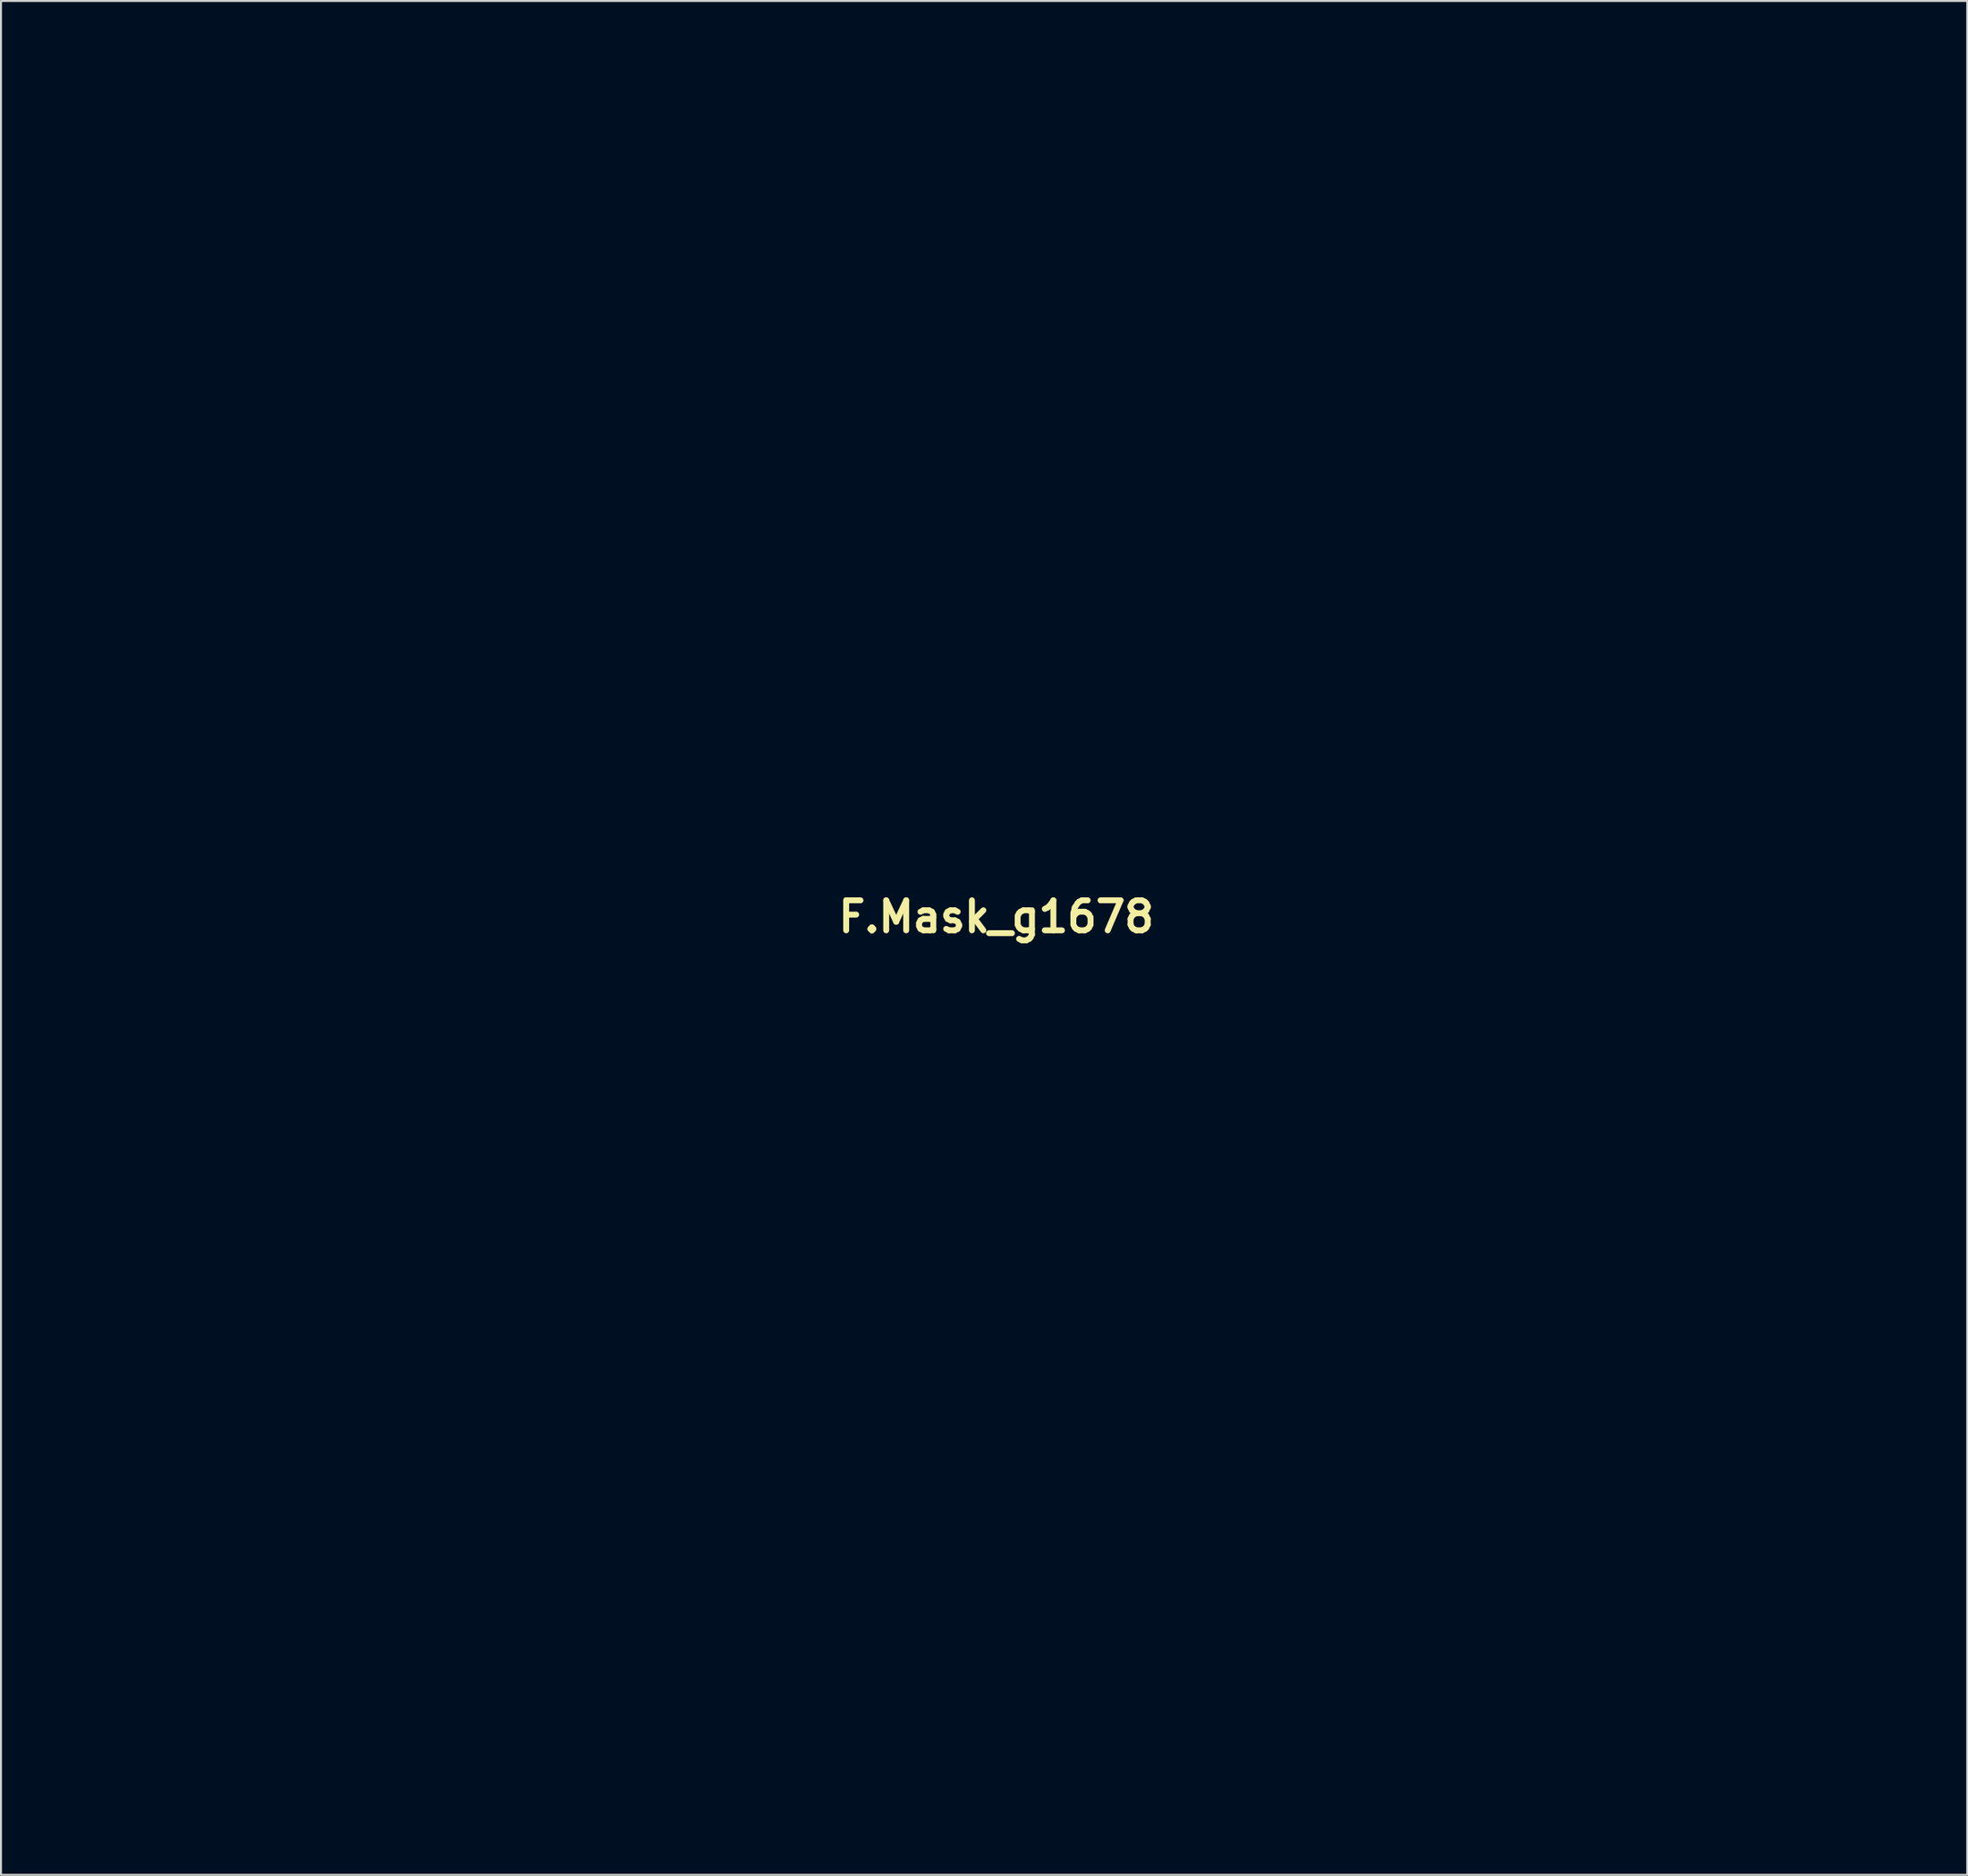
<source format=kicad_pcb>
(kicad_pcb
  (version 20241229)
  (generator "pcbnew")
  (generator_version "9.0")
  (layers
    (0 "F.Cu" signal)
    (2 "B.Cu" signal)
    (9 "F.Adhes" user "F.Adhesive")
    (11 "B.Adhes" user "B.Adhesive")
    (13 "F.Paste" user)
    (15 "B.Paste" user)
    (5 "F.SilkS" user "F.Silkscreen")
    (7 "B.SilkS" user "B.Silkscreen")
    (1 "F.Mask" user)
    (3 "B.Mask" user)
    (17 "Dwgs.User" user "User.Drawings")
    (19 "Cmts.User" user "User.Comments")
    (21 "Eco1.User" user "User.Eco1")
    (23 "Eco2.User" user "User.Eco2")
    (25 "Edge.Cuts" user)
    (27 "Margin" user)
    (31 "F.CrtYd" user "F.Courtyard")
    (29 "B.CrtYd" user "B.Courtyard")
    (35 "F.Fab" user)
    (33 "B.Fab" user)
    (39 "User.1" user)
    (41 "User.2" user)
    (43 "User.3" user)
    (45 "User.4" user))
  (footprint "F.Mask_g1678"
    (layer "F.Cu")
    (at 47.545 43.512)
    (property "Reference" "F.Mask_g1678" (at 0 0 0) (layer "F.SilkS") (effects (font (size 1.524 1.524) (thickness 0.3))))
    (attr through_hole)
    (fp_poly (pts (xy -46.852 -11.77) (xy -46.819 -11.715) (xy -46.787 -11.63) (xy -46.758 -11.524) (xy -46.747 -11.47) (xy -46.712 -11.247) (xy -46.684 -10.998) (xy -46.663 -10.732) (xy -46.648 -10.454) (xy -46.64 -10.173) (xy -46.64 -9.897) (xy -46.646 -9.631) (xy -46.66 -9.384) (xy -46.681 -9.163) (xy -46.71 -8.976) (xy -46.714 -8.954) (xy -46.781 -8.724) (xy -46.884 -8.492) (xy -47.02 -8.268) (xy -47.185 -8.056) (xy -47.314 -7.922) (xy -47.399 -7.847) (xy -47.467 -7.802) (xy -47.513 -7.789) (xy -47.537 -7.808) (xy -47.54 -7.829) (xy -47.534 -7.865) (xy -47.518 -7.931) (xy -47.494 -8.016) (xy -47.475 -8.078) (xy -47.423 -8.266) (xy -47.373 -8.483) (xy -47.326 -8.732) (xy -47.281 -9.014) (xy -47.238 -9.332) (xy -47.197 -9.688) (xy -47.157 -10.083) (xy -47.15 -10.16) (xy -47.12 -10.474) (xy -47.093 -10.748) (xy -47.067 -10.984) (xy -47.044 -11.185) (xy -47.021 -11.352) (xy -47 -11.489) (xy -46.979 -11.597) (xy -46.958 -11.679) (xy -46.937 -11.736) (xy -46.916 -11.772) (xy -46.893 -11.788) (xy -46.883 -11.79) (xy -46.852 -11.77)) (stroke (width 0.01) (type solid)) (fill yes) (layer "F.Mask"))
    (fp_poly (pts (xy 7.593 44.329) (xy 7.799 44.334) (xy 7.97 44.342) (xy 8.118 44.354) (xy 8.25 44.37) (xy 8.375 44.392) (xy 8.503 44.422) (xy 8.642 44.459) (xy 8.652 44.462) (xy 8.796 44.509) (xy 8.937 44.567) (xy 9.07 44.632) (xy 9.19 44.7) (xy 9.29 44.769) (xy 9.365 44.834) (xy 9.409 44.892) (xy 9.419 44.927) (xy 9.412 44.96) (xy 9.389 44.982) (xy 9.342 44.994) (xy 9.268 44.999) (xy 9.16 44.996) (xy 9.084 44.992) (xy 8.704 44.973) (xy 8.354 44.964) (xy 8.024 44.965) (xy 7.705 44.978) (xy 7.385 45) (xy 7.059 45.034) (xy 6.747 45.075) (xy 6.404 45.129) (xy 6.04 45.193) (xy 5.664 45.266) (xy 5.285 45.347) (xy 4.913 45.432) (xy 4.556 45.521) (xy 4.33 45.581) (xy 4.161 45.624) (xy 4.028 45.649) (xy 3.932 45.656) (xy 3.873 45.646) (xy 3.852 45.618) (xy 3.852 45.616) (xy 3.872 45.573) (xy 3.929 45.512) (xy 4.023 45.436) (xy 4.154 45.344) (xy 4.32 45.237) (xy 4.522 45.116) (xy 4.6 45.071) (xy 5.011 44.855) (xy 5.43 44.678) (xy 5.863 44.538) (xy 6.317 44.431) (xy 6.38 44.419) (xy 6.569 44.386) (xy 6.736 44.361) (xy 6.892 44.343) (xy 7.048 44.332) (xy 7.213 44.327) (xy 7.401 44.326) (xy 7.593 44.329)) (stroke (width 0.01) (type solid)) (fill yes) (layer "F.Mask"))
    (fp_poly (pts (xy 46.261 10.103) (xy 46.294 10.123) (xy 46.31 10.16) (xy 46.306 10.216) (xy 46.282 10.296) (xy 46.239 10.4) (xy 46.174 10.532) (xy 46.087 10.696) (xy 46.019 10.819) (xy 45.826 11.17) (xy 45.655 11.493) (xy 45.503 11.796) (xy 45.365 12.086) (xy 45.238 12.37) (xy 45.12 12.656) (xy 45.007 12.95) (xy 44.897 13.26) (xy 44.851 13.393) (xy 44.691 13.893) (xy 44.555 14.387) (xy 44.438 14.885) (xy 44.34 15.397) (xy 44.257 15.936) (xy 44.227 16.164) (xy 44.194 16.415) (xy 44.163 16.625) (xy 44.133 16.799) (xy 44.103 16.938) (xy 44.073 17.044) (xy 44.042 17.12) (xy 44.009 17.168) (xy 43.986 17.187) (xy 43.952 17.195) (xy 43.921 17.176) (xy 43.901 17.152) (xy 43.854 17.067) (xy 43.813 16.942) (xy 43.78 16.778) (xy 43.754 16.576) (xy 43.736 16.337) (xy 43.725 16.063) (xy 43.721 15.822) (xy 43.722 15.633) (xy 43.724 15.479) (xy 43.728 15.351) (xy 43.735 15.242) (xy 43.745 15.144) (xy 43.759 15.05) (xy 43.759 15.05) (xy 43.846 14.573) (xy 43.957 14.091) (xy 44.088 13.61) (xy 44.239 13.134) (xy 44.406 12.67) (xy 44.587 12.223) (xy 44.782 11.8) (xy 44.986 11.405) (xy 45.199 11.045) (xy 45.265 10.943) (xy 45.419 10.724) (xy 45.571 10.535) (xy 45.719 10.378) (xy 45.86 10.253) (xy 45.992 10.164) (xy 46.115 10.111) (xy 46.211 10.097) (xy 46.261 10.103)) (stroke (width 0.01) (type solid)) (fill yes) (layer "F.Mask"))
    (fp_poly (pts (xy -25.06 -43.381) (xy -25.035 -43.207) (xy -25.037 -43.029) (xy -25.067 -42.845) (xy -25.127 -42.655) (xy -25.216 -42.455) (xy -25.336 -42.245) (xy -25.489 -42.022) (xy -25.674 -41.785) (xy -25.894 -41.532) (xy -26.148 -41.261) (xy -26.398 -41.01) (xy -26.766 -40.663) (xy -27.149 -40.328) (xy -27.543 -40.006) (xy -27.946 -39.701) (xy -28.353 -39.414) (xy -28.761 -39.148) (xy -29.167 -38.904) (xy -29.566 -38.686) (xy -29.956 -38.496) (xy -30.333 -38.335) (xy -30.692 -38.206) (xy -30.92 -38.139) (xy -31.03 -38.111) (xy -31.125 -38.092) (xy -31.218 -38.079) (xy -31.322 -38.071) (xy -31.453 -38.066) (xy -31.485 -38.066) (xy -31.602 -38.064) (xy -31.706 -38.065) (xy -31.789 -38.069) (xy -31.84 -38.075) (xy -31.851 -38.078) (xy -31.89 -38.113) (xy -31.895 -38.164) (xy -31.867 -38.222) (xy -31.84 -38.252) (xy -31.805 -38.276) (xy -31.738 -38.315) (xy -31.645 -38.366) (xy -31.531 -38.425) (xy -31.403 -38.49) (xy -31.305 -38.538) (xy -31.031 -38.676) (xy -30.768 -38.815) (xy -30.509 -38.96) (xy -30.249 -39.116) (xy -29.982 -39.284) (xy -29.7 -39.47) (xy -29.399 -39.677) (xy -29.115 -39.879) (xy -28.736 -40.153) (xy -28.363 -40.429) (xy -27.998 -40.704) (xy -27.645 -40.977) (xy -27.306 -41.245) (xy -26.984 -41.506) (xy -26.681 -41.757) (xy -26.4 -41.997) (xy -26.143 -42.224) (xy -25.914 -42.435) (xy -25.714 -42.627) (xy -25.547 -42.8) (xy -25.513 -42.838) (xy -25.399 -42.966) (xy -25.312 -43.071) (xy -25.245 -43.161) (xy -25.195 -43.243) (xy -25.156 -43.322) (xy -25.133 -43.38) (xy -25.088 -43.507) (xy -25.06 -43.381)) (stroke (width 0.01) (type solid)) (fill yes) (layer "F.Mask"))
    (fp_poly (pts (xy -38.44 5.61) (xy -38.413 5.652) (xy -38.398 5.699) (xy -38.379 5.784) (xy -38.358 5.901) (xy -38.336 6.047) (xy -38.313 6.212) (xy -38.275 6.474) (xy -38.236 6.699) (xy -38.193 6.892) (xy -38.145 7.058) (xy -38.091 7.204) (xy -38.027 7.335) (xy -37.954 7.455) (xy -37.899 7.532) (xy -37.755 7.689) (xy -37.578 7.828) (xy -37.374 7.947) (xy -37.151 8.04) (xy -36.913 8.106) (xy -36.67 8.141) (xy -36.661 8.142) (xy -36.543 8.144) (xy -36.387 8.138) (xy -36.191 8.122) (xy -36.032 8.107) (xy -35.895 8.093) (xy -35.77 8.083) (xy -35.664 8.075) (xy -35.584 8.071) (xy -35.536 8.072) (xy -35.529 8.073) (xy -35.485 8.098) (xy -35.48 8.138) (xy -35.512 8.193) (xy -35.544 8.227) (xy -35.693 8.344) (xy -35.871 8.451) (xy -36.067 8.54) (xy -36.269 8.605) (xy -36.311 8.615) (xy -36.412 8.633) (xy -36.542 8.647) (xy -36.691 8.659) (xy -36.848 8.667) (xy -37.003 8.671) (xy -37.145 8.671) (xy -37.263 8.666) (xy -37.331 8.659) (xy -37.41 8.643) (xy -37.506 8.619) (xy -37.593 8.595) (xy -37.81 8.518) (xy -37.998 8.424) (xy -38.16 8.312) (xy -38.299 8.176) (xy -38.417 8.015) (xy -38.518 7.824) (xy -38.603 7.601) (xy -38.675 7.341) (xy -38.715 7.161) (xy -38.742 6.996) (xy -38.76 6.812) (xy -38.771 6.617) (xy -38.773 6.421) (xy -38.768 6.231) (xy -38.755 6.056) (xy -38.734 5.904) (xy -38.706 5.785) (xy -38.703 5.776) (xy -38.659 5.679) (xy -38.605 5.611) (xy -38.547 5.576) (xy -38.491 5.575) (xy -38.44 5.61)) (stroke (width 0.01) (type solid)) (fill yes) (layer "F.Mask"))
    (fp_poly (pts (xy -24.684 39.659) (xy -24.519 39.67) (xy -24.354 39.687) (xy -24.197 39.71) (xy -24.162 39.716) (xy -23.914 39.764) (xy -23.64 39.826) (xy -23.35 39.896) (xy -23.058 39.973) (xy -22.776 40.053) (xy -22.516 40.133) (xy -22.462 40.151) (xy -22.124 40.266) (xy -21.812 40.381) (xy -21.522 40.498) (xy -21.244 40.622) (xy -20.972 40.755) (xy -20.7 40.902) (xy -20.419 41.066) (xy -20.122 41.25) (xy -19.803 41.459) (xy -19.727 41.509) (xy -19.207 41.871) (xy -18.729 42.233) (xy -18.292 42.595) (xy -17.896 42.957) (xy -17.778 43.073) (xy -17.604 43.25) (xy -17.464 43.404) (xy -17.357 43.536) (xy -17.281 43.645) (xy -17.237 43.734) (xy -17.222 43.797) (xy -17.227 43.847) (xy -17.249 43.87) (xy -17.294 43.866) (xy -17.367 43.837) (xy -17.396 43.823) (xy -17.439 43.8) (xy -17.49 43.77) (xy -17.553 43.729) (xy -17.631 43.676) (xy -17.728 43.608) (xy -17.847 43.523) (xy -17.991 43.419) (xy -18.165 43.292) (xy -18.235 43.24) (xy -18.61 42.974) (xy -19.009 42.708) (xy -19.429 42.443) (xy -19.865 42.182) (xy -20.313 41.926) (xy -20.769 41.678) (xy -21.229 41.44) (xy -21.689 41.214) (xy -22.144 41.001) (xy -22.591 40.804) (xy -23.026 40.625) (xy -23.444 40.465) (xy -23.841 40.328) (xy -24.214 40.215) (xy -24.49 40.143) (xy -24.711 40.088) (xy -24.894 40.04) (xy -25.042 39.997) (xy -25.157 39.958) (xy -25.242 39.921) (xy -25.301 39.886) (xy -25.336 39.851) (xy -25.35 39.822) (xy -25.354 39.774) (xy -25.333 39.738) (xy -25.281 39.701) (xy -25.266 39.693) (xy -25.205 39.673) (xy -25.11 39.661) (xy -24.986 39.654) (xy -24.842 39.653) (xy -24.684 39.659)) (stroke (width 0.01) (type solid)) (fill yes) (layer "F.Mask"))
    (fp_poly (pts (xy -1.642 26.86) (xy -1.59 26.918) (xy -1.541 27.01) (xy -1.495 27.132) (xy -1.455 27.279) (xy -1.44 27.348) (xy -1.397 27.474) (xy -1.316 27.609) (xy -1.2 27.751) (xy -1.052 27.897) (xy -0.874 28.045) (xy -0.669 28.191) (xy -0.503 28.296) (xy -0.218 28.456) (xy 0.049 28.581) (xy 0.304 28.673) (xy 0.55 28.734) (xy 0.792 28.766) (xy 0.931 28.771) (xy 1.189 28.756) (xy 1.436 28.707) (xy 1.676 28.625) (xy 1.927 28.51) (xy 2.158 28.378) (xy 2.373 28.225) (xy 2.578 28.044) (xy 2.778 27.833) (xy 2.978 27.587) (xy 3.081 27.449) (xy 3.208 27.278) (xy 3.317 27.145) (xy 3.41 27.049) (xy 3.486 26.989) (xy 3.548 26.965) (xy 3.595 26.977) (xy 3.629 27.023) (xy 3.651 27.103) (xy 3.655 27.133) (xy 3.657 27.278) (xy 3.632 27.447) (xy 3.585 27.633) (xy 3.516 27.83) (xy 3.428 28.03) (xy 3.325 28.226) (xy 3.232 28.374) (xy 3.027 28.645) (xy 2.79 28.893) (xy 2.528 29.116) (xy 2.245 29.309) (xy 1.945 29.469) (xy 1.634 29.594) (xy 1.333 29.676) (xy 1.24 29.69) (xy 1.116 29.7) (xy 0.975 29.707) (xy 0.827 29.71) (xy 0.683 29.708) (xy 0.555 29.702) (xy 0.455 29.692) (xy 0.434 29.688) (xy 0.177 29.622) (xy -0.089 29.52) (xy -0.356 29.387) (xy -0.572 29.256) (xy -0.685 29.172) (xy -0.813 29.063) (xy -0.946 28.939) (xy -1.075 28.808) (xy -1.192 28.679) (xy -1.288 28.561) (xy -1.323 28.512) (xy -1.496 28.219) (xy -1.629 27.923) (xy -1.72 27.627) (xy -1.769 27.33) (xy -1.778 27.132) (xy -1.775 27.01) (xy -1.766 26.925) (xy -1.748 26.872) (xy -1.721 26.845) (xy -1.693 26.839) (xy -1.642 26.86)) (stroke (width 0.01) (type solid)) (fill yes) (layer "F.Mask"))
    (fp_poly (pts (xy 27.152 -41.759) (xy 27.185 -41.744) (xy 27.232 -41.717) (xy 27.293 -41.678) (xy 27.37 -41.626) (xy 27.465 -41.559) (xy 27.579 -41.477) (xy 27.713 -41.378) (xy 27.868 -41.262) (xy 28.047 -41.127) (xy 28.249 -40.973) (xy 28.478 -40.798) (xy 28.734 -40.601) (xy 29.018 -40.382) (xy 29.332 -40.139) (xy 29.677 -39.871) (xy 29.834 -39.749) (xy 30.29 -39.395) (xy 30.715 -39.067) (xy 31.109 -38.762) (xy 31.476 -38.48) (xy 31.816 -38.219) (xy 32.132 -37.979) (xy 32.424 -37.757) (xy 32.695 -37.553) (xy 32.947 -37.365) (xy 33.18 -37.193) (xy 33.398 -37.034) (xy 33.6 -36.888) (xy 33.79 -36.754) (xy 33.969 -36.63) (xy 34.138 -36.514) (xy 34.299 -36.407) (xy 34.454 -36.305) (xy 34.604 -36.209) (xy 34.712 -36.142) (xy 34.881 -36.036) (xy 35.016 -35.948) (xy 35.12 -35.877) (xy 35.195 -35.82) (xy 35.245 -35.774) (xy 35.271 -35.738) (xy 35.278 -35.71) (xy 35.272 -35.694) (xy 35.241 -35.666) (xy 35.187 -35.654) (xy 35.104 -35.655) (xy 35.002 -35.667) (xy 34.843 -35.7) (xy 34.652 -35.752) (xy 34.435 -35.823) (xy 34.197 -35.91) (xy 33.943 -36.012) (xy 33.678 -36.126) (xy 33.407 -36.25) (xy 33.134 -36.384) (xy 33.022 -36.441) (xy 32.558 -36.695) (xy 32.081 -36.983) (xy 31.595 -37.3) (xy 31.106 -37.643) (xy 30.618 -38.006) (xy 30.138 -38.387) (xy 29.671 -38.78) (xy 29.221 -39.182) (xy 28.793 -39.588) (xy 28.394 -39.994) (xy 28.028 -40.396) (xy 27.872 -40.58) (xy 27.762 -40.713) (xy 27.651 -40.854) (xy 27.54 -40.997) (xy 27.433 -41.14) (xy 27.333 -41.276) (xy 27.244 -41.402) (xy 27.168 -41.514) (xy 27.108 -41.607) (xy 27.068 -41.676) (xy 27.051 -41.717) (xy 27.051 -41.721) (xy 27.067 -41.76) (xy 27.11 -41.769) (xy 27.152 -41.759)) (stroke (width 0.01) (type solid)) (fill yes) (layer "F.Mask"))
    (fp_poly (pts (xy 40.547 -3.628) (xy 40.601 -3.592) (xy 40.676 -3.538) (xy 40.765 -3.47) (xy 40.861 -3.394) (xy 40.959 -3.314) (xy 41.053 -3.235) (xy 41.136 -3.162) (xy 41.202 -3.101) (xy 41.283 -3.014) (xy 41.363 -2.915) (xy 41.43 -2.822) (xy 41.443 -2.799) (xy 41.563 -2.57) (xy 41.666 -2.32) (xy 41.751 -2.057) (xy 41.816 -1.789) (xy 41.861 -1.521) (xy 41.883 -1.262) (xy 41.881 -1.018) (xy 41.855 -0.797) (xy 41.836 -0.711) (xy 41.783 -0.562) (xy 41.699 -0.392) (xy 41.587 -0.206) (xy 41.449 -0.008) (xy 41.287 0.197) (xy 41.212 0.286) (xy 41.018 0.488) (xy 40.823 0.649) (xy 40.626 0.769) (xy 40.424 0.851) (xy 40.413 0.854) (xy 40.311 0.877) (xy 40.174 0.896) (xy 40.008 0.913) (xy 39.82 0.926) (xy 39.617 0.935) (xy 39.405 0.94) (xy 39.192 0.941) (xy 38.983 0.936) (xy 38.873 0.931) (xy 38.708 0.918) (xy 38.579 0.896) (xy 38.479 0.864) (xy 38.404 0.82) (xy 38.365 0.784) (xy 38.334 0.732) (xy 38.338 0.683) (xy 38.378 0.638) (xy 38.455 0.594) (xy 38.571 0.552) (xy 38.726 0.512) (xy 38.922 0.472) (xy 39.085 0.444) (xy 39.334 0.4) (xy 39.547 0.352) (xy 39.73 0.298) (xy 39.889 0.236) (xy 40.032 0.162) (xy 40.163 0.075) (xy 40.29 -0.028) (xy 40.322 -0.057) (xy 40.498 -0.237) (xy 40.667 -0.442) (xy 40.821 -0.661) (xy 40.954 -0.886) (xy 41.06 -1.107) (xy 41.106 -1.23) (xy 41.14 -1.367) (xy 41.16 -1.532) (xy 41.166 -1.711) (xy 41.157 -1.892) (xy 41.139 -2.031) (xy 41.12 -2.127) (xy 41.095 -2.224) (xy 41.061 -2.327) (xy 41.018 -2.441) (xy 40.962 -2.572) (xy 40.892 -2.724) (xy 40.806 -2.904) (xy 40.71 -3.098) (xy 40.645 -3.231) (xy 40.587 -3.352) (xy 40.539 -3.456) (xy 40.504 -3.537) (xy 40.483 -3.591) (xy 40.479 -3.611) (xy 40.505 -3.638) (xy 40.518 -3.641) (xy 40.547 -3.628)) (stroke (width 0.01) (type solid)) (fill yes) (layer "F.Mask"))
    (fp_poly (pts (xy -8.602 -13.923) (xy -8.378 -13.92) (xy -8.164 -13.913) (xy -7.966 -13.904) (xy -7.793 -13.892) (xy -7.653 -13.878) (xy -7.631 -13.875) (xy -7.308 -13.822) (xy -6.998 -13.753) (xy -6.712 -13.671) (xy -6.455 -13.578) (xy -6.377 -13.544) (xy -6.175 -13.432) (xy -5.977 -13.28) (xy -5.783 -13.089) (xy -5.596 -12.861) (xy -5.415 -12.598) (xy -5.243 -12.302) (xy -5.081 -11.975) (xy -4.93 -11.618) (xy -4.791 -11.234) (xy -4.782 -11.208) (xy -4.735 -11.028) (xy -4.712 -10.843) (xy -4.713 -10.648) (xy -4.739 -10.438) (xy -4.791 -10.206) (xy -4.868 -9.948) (xy -4.882 -9.906) (xy -5.035 -9.519) (xy -5.226 -9.144) (xy -5.452 -8.783) (xy -5.711 -8.44) (xy -6 -8.115) (xy -6.315 -7.812) (xy -6.654 -7.532) (xy -7.014 -7.278) (xy -7.392 -7.053) (xy -7.785 -6.858) (xy -8.19 -6.696) (xy -8.604 -6.569) (xy -9.025 -6.479) (xy -9.257 -6.447) (xy -9.522 -6.42) (xy -9.823 -6.395) (xy -10.153 -6.373) (xy -10.507 -6.353) (xy -10.879 -6.335) (xy -11.261 -6.32) (xy -11.649 -6.308) (xy -12.035 -6.3) (xy -12.414 -6.295) (xy -12.779 -6.293) (xy -13.125 -6.295) (xy -13.444 -6.301) (xy -13.686 -6.309) (xy -13.908 -6.321) (xy -14.097 -6.338) (xy -14.263 -6.361) (xy -14.415 -6.392) (xy -14.563 -6.433) (xy -14.67 -6.468) (xy -14.86 -6.541) (xy -15.062 -6.632) (xy -15.268 -6.737) (xy -15.474 -6.851) (xy -15.672 -6.972) (xy -15.855 -7.094) (xy -16.019 -7.215) (xy -16.156 -7.33) (xy -16.259 -7.435) (xy -16.266 -7.443) (xy -16.418 -7.655) (xy -16.548 -7.9) (xy -16.656 -8.171) (xy -16.741 -8.464) (xy -16.802 -8.773) (xy -16.839 -9.094) (xy -16.85 -9.422) (xy -16.835 -9.752) (xy -16.793 -10.078) (xy -16.731 -10.363) (xy -16.618 -10.721) (xy -16.471 -11.059) (xy -16.289 -11.377) (xy -16.072 -11.675) (xy -15.82 -11.954) (xy -15.531 -12.213) (xy -15.207 -12.453) (xy -14.846 -12.675) (xy -14.448 -12.878) (xy -14.013 -13.062) (xy -13.541 -13.229) (xy -13.031 -13.378) (xy -12.483 -13.509) (xy -12.135 -13.579) (xy -11.752 -13.646) (xy -11.339 -13.71) (xy -10.905 -13.768) (xy -10.461 -13.819) (xy -10.019 -13.863) (xy -9.589 -13.898) (xy -9.43 -13.908) (xy -9.249 -13.917) (xy -9.045 -13.922) (xy -8.827 -13.924) (xy -8.602 -13.923)) (stroke (width 0.01) (type solid)) (fill yes) (layer "F.Mask"))
    (fp_poly (pts (xy -32.53 -9.363) (xy -32.405 -9.344) (xy -32.291 -9.312) (xy -32.266 -9.303) (xy -32.057 -9.208) (xy -31.837 -9.077) (xy -31.61 -8.916) (xy -31.382 -8.729) (xy -31.157 -8.52) (xy -30.939 -8.292) (xy -30.734 -8.051) (xy -30.545 -7.801) (xy -30.377 -7.546) (xy -30.36 -7.517) (xy -30.263 -7.345) (xy -30.171 -7.164) (xy -30.09 -6.985) (xy -30.023 -6.818) (xy -29.975 -6.673) (xy -29.97 -6.656) (xy -29.949 -6.546) (xy -29.931 -6.399) (xy -29.918 -6.214) (xy -29.91 -5.99) (xy -29.905 -5.726) (xy -29.905 -5.422) (xy -29.91 -5.077) (xy -29.912 -4.985) (xy -29.922 -4.64) (xy -29.938 -4.317) (xy -29.962 -4.01) (xy -29.994 -3.712) (xy -30.036 -3.416) (xy -30.088 -3.116) (xy -30.153 -2.806) (xy -30.23 -2.478) (xy -30.321 -2.126) (xy -30.427 -1.744) (xy -30.462 -1.623) (xy -30.532 -1.386) (xy -30.596 -1.184) (xy -30.657 -1.01) (xy -30.718 -0.859) (xy -30.783 -0.723) (xy -30.854 -0.597) (xy -30.936 -0.475) (xy -31.03 -0.349) (xy -31.141 -0.214) (xy -31.221 -0.121) (xy -31.339 0.009) (xy -31.469 0.139) (xy -31.603 0.264) (xy -31.733 0.375) (xy -31.851 0.467) (xy -31.938 0.524) (xy -32.021 0.567) (xy -32.114 0.601) (xy -32.222 0.627) (xy -32.351 0.645) (xy -32.508 0.658) (xy -32.698 0.666) (xy -32.798 0.668) (xy -33.02 0.669) (xy -33.205 0.666) (xy -33.355 0.657) (xy -33.449 0.646) (xy -33.709 0.599) (xy -33.946 0.534) (xy -34.166 0.446) (xy -34.376 0.333) (xy -34.582 0.192) (xy -34.791 0.018) (xy -34.997 -0.18) (xy -35.21 -0.406) (xy -35.389 -0.621) (xy -35.537 -0.83) (xy -35.658 -1.038) (xy -35.758 -1.252) (xy -35.762 -1.262) (xy -35.868 -1.567) (xy -35.953 -1.904) (xy -36.018 -2.273) (xy -36.063 -2.675) (xy -36.086 -3.11) (xy -36.089 -3.581) (xy -36.072 -4.087) (xy -36.034 -4.628) (xy -36.003 -4.953) (xy -35.945 -5.464) (xy -35.88 -5.934) (xy -35.806 -6.366) (xy -35.724 -6.761) (xy -35.633 -7.121) (xy -35.531 -7.447) (xy -35.419 -7.74) (xy -35.295 -8.003) (xy -35.159 -8.238) (xy -35.011 -8.445) (xy -34.849 -8.626) (xy -34.674 -8.783) (xy -34.483 -8.917) (xy -34.338 -9) (xy -34.124 -9.1) (xy -33.896 -9.183) (xy -33.648 -9.25) (xy -33.372 -9.303) (xy -33.062 -9.344) (xy -33.041 -9.346) (xy -32.84 -9.364) (xy -32.672 -9.369) (xy -32.53 -9.363)) (stroke (width 0.01) (type solid)) (fill yes) (layer "F.Mask"))
    (fp_poly (pts (xy 3.048 12.254) (xy 3.47 12.27) (xy 3.855 12.288) (xy 4.202 12.308) (xy 4.51 12.331) (xy 4.779 12.355) (xy 5.009 12.381) (xy 5.198 12.409) (xy 5.346 12.438) (xy 5.42 12.458) (xy 5.59 12.522) (xy 5.782 12.61) (xy 5.991 12.719) (xy 6.209 12.845) (xy 6.429 12.982) (xy 6.644 13.127) (xy 6.847 13.275) (xy 7.031 13.421) (xy 7.188 13.562) (xy 7.228 13.601) (xy 7.412 13.815) (xy 7.572 14.061) (xy 7.707 14.338) (xy 7.816 14.641) (xy 7.898 14.968) (xy 7.953 15.316) (xy 7.978 15.683) (xy 7.98 15.815) (xy 7.977 16.025) (xy 7.968 16.207) (xy 7.952 16.376) (xy 7.926 16.545) (xy 7.89 16.728) (xy 7.882 16.764) (xy 7.767 17.195) (xy 7.619 17.602) (xy 7.44 17.985) (xy 7.229 18.341) (xy 6.988 18.669) (xy 6.786 18.898) (xy 6.525 19.147) (xy 6.238 19.381) (xy 5.923 19.599) (xy 5.578 19.803) (xy 5.202 19.991) (xy 4.794 20.166) (xy 4.352 20.327) (xy 3.876 20.475) (xy 3.364 20.611) (xy 2.815 20.735) (xy 2.227 20.847) (xy 1.6 20.948) (xy 1.566 20.953) (xy 0.849 21.048) (xy 0.159 21.121) (xy -0.503 21.17) (xy -1.135 21.197) (xy -1.736 21.201) (xy -2.21 21.186) (xy -2.651 21.153) (xy -3.066 21.101) (xy -3.365 21.048) (xy -3.664 20.978) (xy -3.936 20.897) (xy -4.184 20.8) (xy -4.411 20.685) (xy -4.621 20.55) (xy -4.817 20.391) (xy -5.002 20.207) (xy -5.179 19.993) (xy -5.351 19.748) (xy -5.521 19.469) (xy -5.693 19.153) (xy -5.823 18.893) (xy -5.922 18.68) (xy -6.002 18.49) (xy -6.063 18.314) (xy -6.107 18.143) (xy -6.136 17.968) (xy -6.152 17.78) (xy -6.158 17.569) (xy -6.153 17.328) (xy -6.152 17.283) (xy -6.143 17.088) (xy -6.128 16.918) (xy -6.105 16.764) (xy -6.072 16.619) (xy -6.027 16.473) (xy -5.967 16.318) (xy -5.89 16.145) (xy -5.793 15.948) (xy -5.768 15.897) (xy -5.517 15.445) (xy -5.237 15.019) (xy -4.93 14.621) (xy -4.597 14.252) (xy -4.241 13.915) (xy -3.862 13.61) (xy -3.463 13.339) (xy -3.046 13.104) (xy -2.612 12.907) (xy -2.491 12.861) (xy -2.136 12.741) (xy -1.742 12.633) (xy -1.314 12.538) (xy -0.853 12.455) (xy -0.363 12.386) (xy 0.155 12.329) (xy 0.696 12.286) (xy 1.259 12.256) (xy 1.841 12.241) (xy 2.438 12.24) (xy 3.048 12.254)) (stroke (width 0.01) (type solid)) (fill yes) (layer "F.Mask"))
    (fp_poly (pts (xy 27.127 16.022) (xy 27.19 16.082) (xy 27.261 16.18) (xy 27.339 16.313) (xy 27.423 16.481) (xy 27.511 16.682) (xy 27.548 16.772) (xy 27.635 16.998) (xy 27.704 17.197) (xy 27.757 17.378) (xy 27.795 17.552) (xy 27.821 17.728) (xy 27.836 17.917) (xy 27.843 18.128) (xy 27.844 18.256) (xy 27.843 18.411) (xy 27.842 18.531) (xy 27.838 18.626) (xy 27.831 18.702) (xy 27.822 18.768) (xy 27.809 18.832) (xy 27.795 18.888) (xy 27.684 19.228) (xy 27.536 19.554) (xy 27.353 19.861) (xy 27.137 20.148) (xy 26.893 20.411) (xy 26.622 20.646) (xy 26.327 20.851) (xy 26.012 21.023) (xy 25.679 21.159) (xy 25.659 21.166) (xy 25.488 21.22) (xy 25.336 21.261) (xy 25.189 21.29) (xy 25.036 21.31) (xy 24.865 21.322) (xy 24.672 21.328) (xy 24.546 21.332) (xy 24.434 21.336) (xy 24.343 21.34) (xy 24.281 21.344) (xy 24.254 21.348) (xy 24.254 21.348) (xy 24.237 21.345) (xy 24.236 21.34) (xy 24.217 21.326) (xy 24.167 21.31) (xy 24.104 21.295) (xy 23.957 21.26) (xy 23.786 21.207) (xy 23.607 21.143) (xy 23.43 21.071) (xy 23.314 21.017) (xy 23.115 20.911) (xy 22.899 20.777) (xy 22.662 20.613) (xy 22.402 20.419) (xy 22.24 20.292) (xy 22.083 20.165) (xy 21.956 20.062) (xy 21.858 19.979) (xy 21.785 19.914) (xy 21.734 19.864) (xy 21.703 19.827) (xy 21.688 19.8) (xy 21.688 19.78) (xy 21.688 19.78) (xy 21.694 19.767) (xy 21.703 19.759) (xy 21.72 19.756) (xy 21.75 19.76) (xy 21.795 19.772) (xy 21.861 19.793) (xy 21.953 19.825) (xy 22.074 19.868) (xy 22.228 19.924) (xy 22.299 19.949) (xy 22.538 20.035) (xy 22.744 20.106) (xy 22.923 20.164) (xy 23.082 20.212) (xy 23.228 20.25) (xy 23.366 20.281) (xy 23.503 20.305) (xy 23.645 20.326) (xy 23.781 20.342) (xy 24.123 20.359) (xy 24.463 20.335) (xy 24.797 20.273) (xy 25.122 20.174) (xy 25.435 20.04) (xy 25.731 19.872) (xy 26.009 19.673) (xy 26.264 19.445) (xy 26.493 19.189) (xy 26.693 18.907) (xy 26.822 18.679) (xy 26.953 18.395) (xy 27.048 18.12) (xy 27.112 17.844) (xy 27.145 17.558) (xy 27.15 17.473) (xy 27.153 17.376) (xy 27.154 17.292) (xy 27.15 17.211) (xy 27.143 17.125) (xy 27.13 17.025) (xy 27.111 16.902) (xy 27.085 16.746) (xy 27.085 16.745) (xy 27.052 16.542) (xy 27.028 16.376) (xy 27.014 16.246) (xy 27.009 16.147) (xy 27.013 16.076) (xy 27.027 16.031) (xy 27.049 16.007) (xy 27.073 16.002) (xy 27.127 16.022)) (stroke (width 0.01) (type solid)) (fill yes) (layer "F.Mask"))
    (fp_poly (pts (xy -23.261 17.078) (xy -23.238 17.119) (xy -23.228 17.174) (xy -23.224 17.267) (xy -23.227 17.393) (xy -23.236 17.547) (xy -23.251 17.725) (xy -23.272 17.921) (xy -23.284 18.023) (xy -23.309 18.274) (xy -23.322 18.537) (xy -23.324 18.803) (xy -23.314 19.06) (xy -23.293 19.298) (xy -23.262 19.508) (xy -23.254 19.549) (xy -23.15 19.937) (xy -23.006 20.312) (xy -22.823 20.675) (xy -22.601 21.022) (xy -22.443 21.23) (xy -22.353 21.334) (xy -22.239 21.456) (xy -22.109 21.588) (xy -21.971 21.721) (xy -21.833 21.848) (xy -21.705 21.96) (xy -21.595 22.049) (xy -21.583 22.059) (xy -21.244 22.288) (xy -20.888 22.484) (xy -20.52 22.643) (xy -20.225 22.741) (xy -20.03 22.791) (xy -19.843 22.826) (xy -19.649 22.848) (xy -19.437 22.858) (xy -19.3 22.86) (xy -19.003 22.852) (xy -18.721 22.826) (xy -18.446 22.781) (xy -18.174 22.715) (xy -17.9 22.626) (xy -17.617 22.512) (xy -17.321 22.373) (xy -17.005 22.205) (xy -16.746 22.056) (xy -16.58 21.958) (xy -16.445 21.881) (xy -16.337 21.823) (xy -16.254 21.782) (xy -16.192 21.756) (xy -16.145 21.744) (xy -16.111 21.742) (xy -16.074 21.752) (xy -16.056 21.779) (xy -16.049 21.833) (xy -16.058 21.908) (xy -16.089 22.006) (xy -16.14 22.119) (xy -16.206 22.238) (xy -16.283 22.356) (xy -16.306 22.387) (xy -16.384 22.481) (xy -16.486 22.592) (xy -16.607 22.715) (xy -16.738 22.842) (xy -16.872 22.964) (xy -17.001 23.074) (xy -17.039 23.105) (xy -17.25 23.266) (xy -17.475 23.423) (xy -17.708 23.573) (xy -17.94 23.711) (xy -18.166 23.833) (xy -18.377 23.934) (xy -18.567 24.011) (xy -18.595 24.02) (xy -18.743 24.06) (xy -18.927 24.092) (xy -19.144 24.115) (xy -19.388 24.131) (xy -19.654 24.137) (xy -19.938 24.135) (xy -20.13 24.128) (xy -20.52 24.09) (xy -20.908 24.013) (xy -21.289 23.899) (xy -21.657 23.75) (xy -22.006 23.568) (xy -22.33 23.355) (xy -22.352 23.339) (xy -22.722 23.043) (xy -23.05 22.742) (xy -23.338 22.433) (xy -23.586 22.115) (xy -23.796 21.788) (xy -23.967 21.451) (xy -24.1 21.101) (xy -24.195 20.748) (xy -24.216 20.62) (xy -24.233 20.46) (xy -24.246 20.281) (xy -24.253 20.092) (xy -24.255 19.905) (xy -24.251 19.731) (xy -24.241 19.581) (xy -24.237 19.543) (xy -24.192 19.259) (xy -24.124 18.95) (xy -24.039 18.628) (xy -23.937 18.303) (xy -23.824 17.985) (xy -23.701 17.685) (xy -23.573 17.411) (xy -23.555 17.376) (xy -23.476 17.235) (xy -23.407 17.135) (xy -23.349 17.075) (xy -23.3 17.056) (xy -23.261 17.078)) (stroke (width 0.01) (type solid)) (fill yes) (layer "F.Mask"))
    (fp_poly (pts (xy 30.754 -17.661) (xy 30.971 -17.659) (xy 31.156 -17.655) (xy 31.314 -17.647) (xy 31.452 -17.635) (xy 31.574 -17.617) (xy 31.686 -17.594) (xy 31.794 -17.563) (xy 31.902 -17.523) (xy 32.017 -17.475) (xy 32.143 -17.416) (xy 32.285 -17.347) (xy 32.294 -17.343) (xy 32.612 -17.169) (xy 32.916 -16.968) (xy 33.205 -16.739) (xy 33.481 -16.482) (xy 33.744 -16.194) (xy 33.995 -15.874) (xy 34.235 -15.523) (xy 34.465 -15.137) (xy 34.684 -14.717) (xy 34.894 -14.261) (xy 35.096 -13.769) (xy 35.29 -13.238) (xy 35.476 -12.668) (xy 35.656 -12.058) (xy 35.749 -11.717) (xy 35.873 -11.232) (xy 35.986 -10.75) (xy 36.087 -10.276) (xy 36.175 -9.816) (xy 36.249 -9.376) (xy 36.308 -8.96) (xy 36.351 -8.575) (xy 36.366 -8.393) (xy 36.376 -8.2) (xy 36.381 -7.989) (xy 36.38 -7.77) (xy 36.374 -7.554) (xy 36.363 -7.35) (xy 36.348 -7.17) (xy 36.333 -7.052) (xy 36.284 -6.805) (xy 36.22 -6.569) (xy 36.142 -6.352) (xy 36.053 -6.165) (xy 35.995 -6.067) (xy 35.853 -5.878) (xy 35.676 -5.681) (xy 35.468 -5.481) (xy 35.235 -5.281) (xy 34.98 -5.085) (xy 34.71 -4.898) (xy 34.429 -4.723) (xy 34.152 -4.57) (xy 33.878 -4.444) (xy 33.605 -4.353) (xy 33.326 -4.296) (xy 33.032 -4.271) (xy 32.715 -4.277) (xy 32.676 -4.279) (xy 32.426 -4.309) (xy 32.151 -4.364) (xy 31.863 -4.442) (xy 31.688 -4.498) (xy 31.218 -4.681) (xy 30.768 -4.9) (xy 30.34 -5.153) (xy 29.936 -5.439) (xy 29.558 -5.756) (xy 29.206 -6.102) (xy 28.885 -6.475) (xy 28.594 -6.874) (xy 28.336 -7.297) (xy 28.113 -7.743) (xy 28.008 -7.99) (xy 27.91 -8.255) (xy 27.813 -8.558) (xy 27.716 -8.894) (xy 27.62 -9.261) (xy 27.527 -9.652) (xy 27.437 -10.064) (xy 27.35 -10.494) (xy 27.269 -10.936) (xy 27.193 -11.386) (xy 27.124 -11.84) (xy 27.062 -12.294) (xy 27.009 -12.743) (xy 26.964 -13.184) (xy 26.954 -13.303) (xy 26.942 -13.462) (xy 26.933 -13.639) (xy 26.926 -13.827) (xy 26.921 -14.02) (xy 26.918 -14.21) (xy 26.918 -14.392) (xy 26.92 -14.558) (xy 26.925 -14.702) (xy 26.932 -14.818) (xy 26.942 -14.898) (xy 26.942 -14.901) (xy 26.975 -15.042) (xy 27.022 -15.192) (xy 27.084 -15.359) (xy 27.165 -15.547) (xy 27.266 -15.763) (xy 27.305 -15.843) (xy 27.442 -16.112) (xy 27.572 -16.344) (xy 27.699 -16.544) (xy 27.825 -16.716) (xy 27.953 -16.865) (xy 28.087 -16.995) (xy 28.213 -17.099) (xy 28.341 -17.186) (xy 28.497 -17.278) (xy 28.668 -17.369) (xy 28.84 -17.452) (xy 29.002 -17.519) (xy 29.075 -17.545) (xy 29.163 -17.572) (xy 29.249 -17.595) (xy 29.338 -17.614) (xy 29.435 -17.629) (xy 29.545 -17.641) (xy 29.672 -17.649) (xy 29.822 -17.655) (xy 29.999 -17.659) (xy 30.208 -17.661) (xy 30.453 -17.662) (xy 30.501 -17.662) (xy 30.754 -17.661)) (stroke (width 0.01) (type solid)) (fill yes) (layer "F.Mask"))
    (fp_poly (pts (xy -40.061 18.574) (xy -39.923 18.584) (xy -39.784 18.597) (xy -39.654 18.614) (xy -39.542 18.633) (xy -39.477 18.648) (xy -39.25 18.729) (xy -39.031 18.844) (xy -38.817 18.994) (xy -38.605 19.182) (xy -38.394 19.408) (xy -38.278 19.549) (xy -38.189 19.662) (xy -38.102 19.779) (xy -38.012 19.903) (xy -37.917 20.041) (xy -37.814 20.196) (xy -37.699 20.373) (xy -37.57 20.577) (xy -37.422 20.812) (xy -37.412 20.828) (xy -36.949 21.557) (xy -36.492 22.252) (xy -36.035 22.919) (xy -35.574 23.565) (xy -35.105 24.196) (xy -34.623 24.818) (xy -34.52 24.948) (xy -34.009 25.578) (xy -33.478 26.211) (xy -32.932 26.841) (xy -32.374 27.466) (xy -31.808 28.08) (xy -31.237 28.682) (xy -30.666 29.266) (xy -30.097 29.828) (xy -29.535 30.365) (xy -28.983 30.873) (xy -28.446 31.348) (xy -28.301 31.473) (xy -28.023 31.711) (xy -27.775 31.925) (xy -27.554 32.118) (xy -27.359 32.293) (xy -27.185 32.453) (xy -27.031 32.6) (xy -26.893 32.737) (xy -26.769 32.867) (xy -26.656 32.992) (xy -26.551 33.116) (xy -26.452 33.241) (xy -26.356 33.371) (xy -26.26 33.507) (xy -26.178 33.628) (xy -26.009 33.901) (xy -25.852 34.198) (xy -25.711 34.508) (xy -25.59 34.821) (xy -25.495 35.125) (xy -25.445 35.327) (xy -25.415 35.482) (xy -25.388 35.644) (xy -25.365 35.809) (xy -25.345 35.97) (xy -25.331 36.122) (xy -25.322 36.258) (xy -25.318 36.372) (xy -25.321 36.459) (xy -25.33 36.512) (xy -25.336 36.522) (xy -25.38 36.552) (xy -25.424 36.541) (xy -25.439 36.527) (xy -25.451 36.501) (xy -25.475 36.439) (xy -25.508 36.347) (xy -25.549 36.23) (xy -25.596 36.092) (xy -25.647 35.939) (xy -25.682 35.834) (xy -25.795 35.5) (xy -25.903 35.2) (xy -26.008 34.928) (xy -26.114 34.678) (xy -26.224 34.442) (xy -26.34 34.213) (xy -26.466 33.984) (xy -26.588 33.777) (xy -26.735 33.546) (xy -26.885 33.328) (xy -27.036 33.129) (xy -27.183 32.951) (xy -27.324 32.8) (xy -27.455 32.68) (xy -27.568 32.597) (xy -27.702 32.51) (xy -27.85 32.405) (xy -28.014 32.281) (xy -28.198 32.135) (xy -28.402 31.967) (xy -28.63 31.773) (xy -28.883 31.553) (xy -29.125 31.339) (xy -29.672 30.846) (xy -30.215 30.345) (xy -30.751 29.838) (xy -31.276 29.329) (xy -31.785 28.824) (xy -32.276 28.325) (xy -32.743 27.837) (xy -33.183 27.363) (xy -33.593 26.908) (xy -33.636 26.86) (xy -34.239 26.156) (xy -34.812 25.452) (xy -35.36 24.742) (xy -35.887 24.018) (xy -36.398 23.275) (xy -36.898 22.504) (xy -37.392 21.7) (xy -37.539 21.452) (xy -37.718 21.148) (xy -37.878 20.879) (xy -38.021 20.64) (xy -38.147 20.431) (xy -38.259 20.248) (xy -38.359 20.09) (xy -38.448 19.952) (xy -38.527 19.833) (xy -38.599 19.73) (xy -38.665 19.641) (xy -38.727 19.562) (xy -38.786 19.492) (xy -38.844 19.428) (xy -38.883 19.387) (xy -38.969 19.303) (xy -39.045 19.241) (xy -39.127 19.189) (xy -39.23 19.136) (xy -39.247 19.128) (xy -39.392 19.063) (xy -39.573 18.989) (xy -39.792 18.906) (xy -40.049 18.812) (xy -40.244 18.743) (xy -40.359 18.7) (xy -40.432 18.665) (xy -40.466 18.636) (xy -40.462 18.611) (xy -40.419 18.591) (xy -40.365 18.577) (xy -40.292 18.57) (xy -40.187 18.569) (xy -40.061 18.574)) (stroke (width 0.01) (type solid)) (fill yes) (layer "F.Mask"))
    (fp_poly (pts (xy 44.728 -9.762) (xy 44.754 -9.717) (xy 44.781 -9.639) (xy 44.812 -9.523) (xy 44.831 -9.44) (xy 44.928 -8.982) (xy 45.019 -8.487) (xy 45.103 -7.961) (xy 45.18 -7.41) (xy 45.248 -6.84) (xy 45.308 -6.256) (xy 45.357 -5.664) (xy 45.38 -5.334) (xy 45.395 -5.102) (xy 45.407 -4.887) (xy 45.418 -4.682) (xy 45.427 -4.482) (xy 45.434 -4.283) (xy 45.441 -4.079) (xy 45.445 -3.866) (xy 45.449 -3.637) (xy 45.451 -3.387) (xy 45.453 -3.112) (xy 45.454 -2.807) (xy 45.454 -2.466) (xy 45.454 -2.371) (xy 45.452 -1.793) (xy 45.447 -1.253) (xy 45.438 -0.745) (xy 45.425 -0.266) (xy 45.408 0.19) (xy 45.387 0.627) (xy 45.361 1.051) (xy 45.33 1.466) (xy 45.294 1.876) (xy 45.253 2.286) (xy 45.206 2.702) (xy 45.168 3.006) (xy 45.155 3.111) (xy 45.141 3.214) (xy 45.127 3.318) (xy 45.112 3.428) (xy 45.095 3.546) (xy 45.075 3.677) (xy 45.053 3.825) (xy 45.027 3.993) (xy 44.997 4.186) (xy 44.962 4.406) (xy 44.922 4.658) (xy 44.876 4.945) (xy 44.843 5.154) (xy 44.803 5.414) (xy 44.77 5.643) (xy 44.744 5.853) (xy 44.723 6.054) (xy 44.707 6.256) (xy 44.693 6.472) (xy 44.682 6.695) (xy 44.675 6.878) (xy 44.671 7.029) (xy 44.671 7.156) (xy 44.676 7.269) (xy 44.685 7.377) (xy 44.7 7.49) (xy 44.72 7.616) (xy 44.733 7.69) (xy 44.746 7.774) (xy 44.753 7.845) (xy 44.753 7.891) (xy 44.752 7.896) (xy 44.725 7.93) (xy 44.675 7.934) (xy 44.606 7.909) (xy 44.588 7.898) (xy 44.498 7.831) (xy 44.423 7.748) (xy 44.361 7.644) (xy 44.313 7.518) (xy 44.278 7.368) (xy 44.256 7.19) (xy 44.246 6.982) (xy 44.248 6.742) (xy 44.261 6.466) (xy 44.285 6.153) (xy 44.293 6.064) (xy 44.3 5.995) (xy 44.306 5.931) (xy 44.312 5.869) (xy 44.318 5.807) (xy 44.325 5.741) (xy 44.333 5.668) (xy 44.343 5.585) (xy 44.354 5.488) (xy 44.367 5.375) (xy 44.383 5.243) (xy 44.402 5.087) (xy 44.424 4.906) (xy 44.449 4.695) (xy 44.479 4.452) (xy 44.513 4.173) (xy 44.552 3.856) (xy 44.555 3.831) (xy 44.618 3.312) (xy 44.674 2.83) (xy 44.726 2.383) (xy 44.771 1.967) (xy 44.812 1.577) (xy 44.848 1.21) (xy 44.879 0.862) (xy 44.906 0.53) (xy 44.929 0.209) (xy 44.949 -0.104) (xy 44.964 -0.412) (xy 44.977 -0.721) (xy 44.987 -1.033) (xy 44.994 -1.352) (xy 44.998 -1.683) (xy 45.001 -2.028) (xy 45.002 -2.347) (xy 45.001 -2.705) (xy 44.998 -3.048) (xy 44.993 -3.379) (xy 44.986 -3.704) (xy 44.977 -4.027) (xy 44.965 -4.353) (xy 44.949 -4.687) (xy 44.931 -5.033) (xy 44.909 -5.397) (xy 44.884 -5.784) (xy 44.854 -6.197) (xy 44.821 -6.642) (xy 44.783 -7.125) (xy 44.778 -7.186) (xy 44.754 -7.487) (xy 44.734 -7.751) (xy 44.716 -7.98) (xy 44.701 -8.18) (xy 44.689 -8.354) (xy 44.679 -8.507) (xy 44.671 -8.643) (xy 44.665 -8.766) (xy 44.661 -8.88) (xy 44.658 -8.989) (xy 44.655 -9.098) (xy 44.654 -9.21) (xy 44.654 -9.275) (xy 44.653 -9.439) (xy 44.655 -9.564) (xy 44.658 -9.655) (xy 44.664 -9.716) (xy 44.672 -9.751) (xy 44.678 -9.761) (xy 44.704 -9.775) (xy 44.728 -9.762)) (stroke (width 0.01) (type solid)) (fill yes) (layer "F.Mask"))
    (fp_poly (pts (xy 39.575 20.03) (xy 39.592 20.051) (xy 39.591 20.091) (xy 39.569 20.15) (xy 39.526 20.234) (xy 39.461 20.343) (xy 39.373 20.483) (xy 39.312 20.575) (xy 39.171 20.783) (xy 39.006 21.021) (xy 38.817 21.287) (xy 38.607 21.577) (xy 38.378 21.89) (xy 38.131 22.223) (xy 37.87 22.573) (xy 37.594 22.938) (xy 37.308 23.316) (xy 37.012 23.703) (xy 36.708 24.098) (xy 36.399 24.497) (xy 36.087 24.898) (xy 35.772 25.3) (xy 35.458 25.698) (xy 35.147 26.091) (xy 34.84 26.477) (xy 34.538 26.852) (xy 34.246 27.214) (xy 33.963 27.56) (xy 33.692 27.889) (xy 33.436 28.197) (xy 33.195 28.483) (xy 32.973 28.742) (xy 32.914 28.81) (xy 32.819 28.916) (xy 32.698 29.046) (xy 32.557 29.196) (xy 32.399 29.36) (xy 32.229 29.534) (xy 32.052 29.713) (xy 31.873 29.894) (xy 31.695 30.07) (xy 31.525 30.237) (xy 31.366 30.392) (xy 31.222 30.528) (xy 31.1 30.642) (xy 31.02 30.714) (xy 30.853 30.857) (xy 30.656 31.021) (xy 30.43 31.204) (xy 30.181 31.403) (xy 29.91 31.616) (xy 29.623 31.84) (xy 29.322 32.073) (xy 29.01 32.311) (xy 28.692 32.551) (xy 28.371 32.793) (xy 28.05 33.032) (xy 27.732 33.266) (xy 27.422 33.492) (xy 27.123 33.708) (xy 26.838 33.911) (xy 26.571 34.098) (xy 26.532 34.125) (xy 26.047 34.456) (xy 25.553 34.784) (xy 25.056 35.105) (xy 24.561 35.416) (xy 24.074 35.713) (xy 23.601 35.992) (xy 23.148 36.251) (xy 22.719 36.485) (xy 22.67 36.511) (xy 22.478 36.611) (xy 22.318 36.691) (xy 22.189 36.751) (xy 22.088 36.791) (xy 22.011 36.814) (xy 21.956 36.821) (xy 21.921 36.812) (xy 21.912 36.805) (xy 21.889 36.763) (xy 21.898 36.713) (xy 21.941 36.65) (xy 21.987 36.601) (xy 22.099 36.497) (xy 22.223 36.401) (xy 22.367 36.307) (xy 22.541 36.207) (xy 22.564 36.194) (xy 22.79 36.067) (xy 23.049 35.914) (xy 23.337 35.736) (xy 23.655 35.533) (xy 24.001 35.307) (xy 24.374 35.058) (xy 24.773 34.786) (xy 25.196 34.494) (xy 25.642 34.181) (xy 26.111 33.848) (xy 26.31 33.705) (xy 26.799 33.353) (xy 27.255 33.02) (xy 27.682 32.704) (xy 28.083 32.402) (xy 28.461 32.112) (xy 28.82 31.83) (xy 29.163 31.554) (xy 29.493 31.281) (xy 29.813 31.009) (xy 30.128 30.734) (xy 30.439 30.454) (xy 30.751 30.166) (xy 31.066 29.867) (xy 31.389 29.554) (xy 31.722 29.225) (xy 32.036 28.91) (xy 32.357 28.584) (xy 32.665 28.266) (xy 32.963 27.954) (xy 33.252 27.645) (xy 33.537 27.335) (xy 33.818 27.022) (xy 34.1 26.701) (xy 34.384 26.371) (xy 34.674 26.029) (xy 34.971 25.67) (xy 35.28 25.293) (xy 35.601 24.893) (xy 35.938 24.468) (xy 36.294 24.015) (xy 36.671 23.531) (xy 36.724 23.463) (xy 36.952 23.17) (xy 37.155 22.908) (xy 37.337 22.674) (xy 37.498 22.466) (xy 37.641 22.282) (xy 37.768 22.118) (xy 37.881 21.973) (xy 37.981 21.845) (xy 38.071 21.73) (xy 38.153 21.626) (xy 38.228 21.53) (xy 38.299 21.441) (xy 38.367 21.355) (xy 38.434 21.27) (xy 38.503 21.184) (xy 38.543 21.135) (xy 38.737 20.894) (xy 38.908 20.685) (xy 39.055 20.507) (xy 39.182 20.36) (xy 39.287 20.241) (xy 39.374 20.15) (xy 39.443 20.084) (xy 39.496 20.043) (xy 39.532 20.025) (xy 39.541 20.024) (xy 39.575 20.03)) (stroke (width 0.01) (type solid)) (fill yes) (layer "F.Mask"))
    (fp_poly (pts (xy 0.578 -42.045) (xy 1.028 -42.041) (xy 1.453 -42.035) (xy 1.851 -42.026) (xy 2.219 -42.014) (xy 2.554 -41.999) (xy 2.855 -41.982) (xy 3.116 -41.962) (xy 3.228 -41.951) (xy 3.514 -41.915) (xy 3.827 -41.863) (xy 4.155 -41.797) (xy 4.49 -41.72) (xy 4.82 -41.635) (xy 5.137 -41.543) (xy 5.43 -41.448) (xy 5.647 -41.368) (xy 5.927 -41.25) (xy 6.17 -41.131) (xy 6.383 -41.006) (xy 6.571 -40.871) (xy 6.739 -40.723) (xy 6.894 -40.557) (xy 7.041 -40.369) (xy 7.055 -40.35) (xy 7.256 -40.045) (xy 7.451 -39.707) (xy 7.634 -39.346) (xy 7.803 -38.971) (xy 7.951 -38.592) (xy 8.076 -38.218) (xy 8.152 -37.943) (xy 8.191 -37.751) (xy 8.218 -37.549) (xy 8.232 -37.35) (xy 8.23 -37.166) (xy 8.214 -37.009) (xy 8.214 -37.009) (xy 8.153 -36.752) (xy 8.058 -36.477) (xy 7.93 -36.187) (xy 7.772 -35.886) (xy 7.585 -35.577) (xy 7.371 -35.264) (xy 7.132 -34.95) (xy 6.954 -34.734) (xy 6.531 -34.272) (xy 6.082 -33.841) (xy 5.608 -33.444) (xy 5.111 -33.082) (xy 4.593 -32.754) (xy 4.054 -32.463) (xy 3.497 -32.209) (xy 2.922 -31.993) (xy 2.331 -31.815) (xy 2.212 -31.785) (xy 1.817 -31.694) (xy 1.407 -31.614) (xy 0.994 -31.546) (xy 0.589 -31.492) (xy 0.204 -31.455) (xy 0.021 -31.443) (xy -0.086 -31.437) (xy -0.219 -31.429) (xy -0.363 -31.42) (xy -0.501 -31.411) (xy -0.519 -31.41) (xy -0.609 -31.405) (xy -0.736 -31.401) (xy -0.893 -31.397) (xy -1.075 -31.393) (xy -1.276 -31.389) (xy -1.49 -31.386) (xy -1.711 -31.383) (xy -1.933 -31.381) (xy -2.15 -31.379) (xy -2.357 -31.378) (xy -2.547 -31.378) (xy -2.715 -31.378) (xy -2.855 -31.38) (xy -2.953 -31.382) (xy -3.409 -31.398) (xy -3.867 -31.419) (xy -4.333 -31.446) (xy -4.812 -31.479) (xy -5.31 -31.519) (xy -5.832 -31.566) (xy -6.385 -31.619) (xy -6.935 -31.677) (xy -7.284 -31.715) (xy -7.596 -31.751) (xy -7.872 -31.785) (xy -8.118 -31.818) (xy -8.336 -31.851) (xy -8.531 -31.884) (xy -8.707 -31.919) (xy -8.867 -31.957) (xy -9.015 -31.998) (xy -9.154 -32.043) (xy -9.289 -32.093) (xy -9.424 -32.148) (xy -9.561 -32.21) (xy -9.705 -32.28) (xy -9.726 -32.29) (xy -9.911 -32.384) (xy -10.083 -32.477) (xy -10.251 -32.575) (xy -10.423 -32.683) (xy -10.608 -32.806) (xy -10.813 -32.949) (xy -10.887 -33.001) (xy -11.131 -33.183) (xy -11.34 -33.356) (xy -11.519 -33.527) (xy -11.672 -33.701) (xy -11.805 -33.883) (xy -11.922 -34.078) (xy -11.955 -34.139) (xy -12.082 -34.414) (xy -12.18 -34.695) (xy -12.251 -34.991) (xy -12.296 -35.306) (xy -12.317 -35.649) (xy -12.319 -35.796) (xy -12.298 -36.243) (xy -12.236 -36.681) (xy -12.133 -37.11) (xy -11.989 -37.53) (xy -11.804 -37.938) (xy -11.58 -38.336) (xy -11.315 -38.722) (xy -11.011 -39.096) (xy -10.742 -39.382) (xy -10.432 -39.677) (xy -10.118 -39.942) (xy -9.79 -40.183) (xy -9.44 -40.406) (xy -9.059 -40.618) (xy -8.895 -40.702) (xy -8.608 -40.836) (xy -8.301 -40.963) (xy -7.97 -41.082) (xy -7.612 -41.197) (xy -7.224 -41.306) (xy -6.804 -41.411) (xy -6.349 -41.513) (xy -5.856 -41.612) (xy -5.577 -41.664) (xy -5.295 -41.715) (xy -5.03 -41.761) (xy -4.779 -41.801) (xy -4.537 -41.838) (xy -4.301 -41.87) (xy -4.066 -41.898) (xy -3.829 -41.923) (xy -3.586 -41.944) (xy -3.333 -41.962) (xy -3.066 -41.978) (xy -2.78 -41.992) (xy -2.472 -42.003) (xy -2.138 -42.013) (xy -1.775 -42.022) (xy -1.377 -42.029) (xy -0.941 -42.036) (xy -0.889 -42.037) (xy -0.383 -42.042) (xy 0.107 -42.045) (xy 0.578 -42.045)) (stroke (width 0.01) (type solid)) (fill yes) (layer "F.Mask"))
    (fp_poly (pts (xy -44.574 -4.745) (xy -44.479 -4.692) (xy -44.389 -4.605) (xy -44.306 -4.487) (xy -44.235 -4.34) (xy -44.176 -4.169) (xy -44.146 -4.043) (xy -44.13 -3.962) (xy -44.117 -3.879) (xy -44.106 -3.79) (xy -44.097 -3.692) (xy -44.089 -3.581) (xy -44.083 -3.453) (xy -44.078 -3.305) (xy -44.075 -3.132) (xy -44.073 -2.932) (xy -44.072 -2.7) (xy -44.071 -2.433) (xy -44.071 -2.148) (xy -44.072 -1.851) (xy -44.071 -1.592) (xy -44.07 -1.367) (xy -44.069 -1.172) (xy -44.066 -1.003) (xy -44.062 -0.856) (xy -44.057 -0.727) (xy -44.052 -0.612) (xy -44.045 -0.507) (xy -44.041 -0.455) (xy -43.999 0.011) (xy -43.95 0.47) (xy -43.894 0.927) (xy -43.831 1.384) (xy -43.759 1.844) (xy -43.678 2.31) (xy -43.587 2.785) (xy -43.485 3.273) (xy -43.373 3.776) (xy -43.249 4.298) (xy -43.112 4.841) (xy -42.962 5.409) (xy -42.799 6.004) (xy -42.621 6.63) (xy -42.428 7.289) (xy -42.269 7.822) (xy -42.155 8.204) (xy -42.053 8.549) (xy -41.964 8.859) (xy -41.886 9.137) (xy -41.819 9.386) (xy -41.762 9.609) (xy -41.714 9.808) (xy -41.676 9.986) (xy -41.646 10.146) (xy -41.624 10.291) (xy -41.608 10.423) (xy -41.6 10.545) (xy -41.597 10.66) (xy -41.599 10.763) (xy -41.608 10.9) (xy -41.627 11.026) (xy -41.657 11.146) (xy -41.701 11.268) (xy -41.762 11.396) (xy -41.843 11.537) (xy -41.946 11.697) (xy -42.073 11.881) (xy -42.111 11.935) (xy -42.237 12.108) (xy -42.363 12.276) (xy -42.487 12.435) (xy -42.605 12.581) (xy -42.714 12.711) (xy -42.812 12.822) (xy -42.895 12.909) (xy -42.96 12.97) (xy -43.004 13) (xy -43.01 13.002) (xy -43.056 12.997) (xy -43.078 12.981) (xy -43.087 12.965) (xy -43.088 12.944) (xy -43.079 12.913) (xy -43.057 12.869) (xy -43.021 12.808) (xy -42.967 12.726) (xy -42.895 12.618) (xy -42.801 12.481) (xy -42.762 12.426) (xy -42.599 12.183) (xy -42.462 11.966) (xy -42.349 11.767) (xy -42.257 11.582) (xy -42.182 11.404) (xy -42.123 11.228) (xy -42.098 11.141) (xy -42.066 10.98) (xy -42.047 10.792) (xy -42.04 10.59) (xy -42.047 10.387) (xy -42.067 10.197) (xy -42.068 10.192) (xy -42.082 10.102) (xy -42.097 10.017) (xy -42.113 9.933) (xy -42.131 9.847) (xy -42.153 9.754) (xy -42.18 9.654) (xy -42.211 9.541) (xy -42.249 9.413) (xy -42.293 9.267) (xy -42.346 9.099) (xy -42.407 8.907) (xy -42.479 8.687) (xy -42.561 8.436) (xy -42.655 8.151) (xy -42.747 7.874) (xy -42.882 7.463) (xy -43.004 7.089) (xy -43.115 6.746) (xy -43.215 6.431) (xy -43.306 6.14) (xy -43.389 5.87) (xy -43.465 5.615) (xy -43.535 5.371) (xy -43.601 5.136) (xy -43.664 4.905) (xy -43.724 4.674) (xy -43.784 4.439) (xy -43.794 4.399) (xy -43.882 4.03) (xy -43.968 3.639) (xy -44.051 3.234) (xy -44.13 2.823) (xy -44.203 2.413) (xy -44.268 2.012) (xy -44.325 1.628) (xy -44.372 1.268) (xy -44.407 0.94) (xy -44.409 0.921) (xy -44.413 0.853) (xy -44.417 0.745) (xy -44.421 0.599) (xy -44.425 0.416) (xy -44.429 0.199) (xy -44.432 -0.05) (xy -44.435 -0.329) (xy -44.437 -0.637) (xy -44.44 -0.971) (xy -44.442 -1.329) (xy -44.442 -1.344) (xy -44.444 -1.765) (xy -44.446 -2.145) (xy -44.449 -2.487) (xy -44.452 -2.793) (xy -44.456 -3.064) (xy -44.46 -3.303) (xy -44.465 -3.512) (xy -44.47 -3.692) (xy -44.476 -3.846) (xy -44.483 -3.976) (xy -44.491 -4.084) (xy -44.499 -4.171) (xy -44.509 -4.24) (xy -44.519 -4.293) (xy -44.525 -4.314) (xy -44.575 -4.426) (xy -44.661 -4.54) (xy -44.664 -4.543) (xy -44.731 -4.625) (xy -44.762 -4.685) (xy -44.759 -4.726) (xy -44.721 -4.75) (xy -44.672 -4.758) (xy -44.574 -4.745)) (stroke (width 0.01) (type solid)) (fill yes) (layer "F.Mask"))
    (fp_poly (pts (xy 35.856 15.526) (xy 35.894 15.554) (xy 35.949 15.619) (xy 36.019 15.719) (xy 36.103 15.853) (xy 36.2 16.018) (xy 36.263 16.129) (xy 36.448 16.473) (xy 36.606 16.789) (xy 36.736 17.081) (xy 36.84 17.353) (xy 36.919 17.607) (xy 36.974 17.848) (xy 37.006 18.078) (xy 37.016 18.301) (xy 37.005 18.52) (xy 37.001 18.564) (xy 36.94 18.944) (xy 36.846 19.34) (xy 36.719 19.746) (xy 36.562 20.156) (xy 36.377 20.565) (xy 36.167 20.966) (xy 36.053 21.161) (xy 35.865 21.452) (xy 35.665 21.721) (xy 35.457 21.965) (xy 35.243 22.181) (xy 35.029 22.364) (xy 34.815 22.513) (xy 34.616 22.619) (xy 34.437 22.692) (xy 34.222 22.768) (xy 33.977 22.846) (xy 33.709 22.924) (xy 33.423 23) (xy 33.126 23.072) (xy 32.824 23.139) (xy 32.524 23.199) (xy 32.235 23.251) (xy 32.184 23.249) (xy 32.155 23.236) (xy 32.134 23.203) (xy 32.131 23.192) (xy 32.145 23.172) (xy 32.185 23.126) (xy 32.246 23.06) (xy 32.324 22.977) (xy 32.415 22.883) (xy 32.455 22.841) (xy 32.594 22.697) (xy 32.705 22.574) (xy 32.791 22.467) (xy 32.857 22.37) (xy 32.905 22.278) (xy 32.941 22.184) (xy 32.968 22.084) (xy 32.97 22.073) (xy 32.991 21.929) (xy 32.992 21.775) (xy 32.99 21.735) (xy 32.971 21.567) (xy 32.939 21.433) (xy 32.934 21.422) (xy 33.916 21.422) (xy 33.917 21.551) (xy 33.92 21.631) (xy 33.928 21.727) (xy 33.938 21.791) (xy 33.951 21.834) (xy 33.973 21.867) (xy 33.994 21.89) (xy 34.058 21.937) (xy 34.124 21.945) (xy 34.198 21.916) (xy 34.239 21.889) (xy 34.331 21.811) (xy 34.44 21.701) (xy 34.561 21.563) (xy 34.691 21.403) (xy 34.826 21.225) (xy 34.88 21.15) (xy 35.071 20.867) (xy 35.26 20.556) (xy 35.442 20.228) (xy 35.612 19.892) (xy 35.764 19.56) (xy 35.893 19.242) (xy 35.947 19.092) (xy 36.004 18.923) (xy 36.047 18.784) (xy 36.078 18.665) (xy 36.099 18.557) (xy 36.112 18.451) (xy 36.118 18.338) (xy 36.12 18.207) (xy 36.12 18.207) (xy 36.121 17.903) (xy 36.062 17.852) (xy 36 17.815) (xy 35.939 17.801) (xy 35.848 17.82) (xy 35.74 17.874) (xy 35.617 17.962) (xy 35.483 18.081) (xy 35.338 18.23) (xy 35.186 18.406) (xy 35.029 18.607) (xy 34.947 18.718) (xy 34.801 18.934) (xy 34.655 19.169) (xy 34.513 19.416) (xy 34.38 19.669) (xy 34.257 19.918) (xy 34.15 20.159) (xy 34.062 20.383) (xy 33.996 20.584) (xy 33.982 20.632) (xy 33.966 20.715) (xy 33.951 20.831) (xy 33.938 20.97) (xy 33.927 21.121) (xy 33.92 21.275) (xy 33.916 21.422) (xy 32.934 21.422) (xy 32.89 21.326) (xy 32.82 21.239) (xy 32.725 21.165) (xy 32.641 21.116) (xy 32.529 21.049) (xy 32.454 20.985) (xy 32.415 20.92) (xy 32.406 20.867) (xy 32.418 20.814) (xy 32.455 20.787) (xy 32.513 20.755) (xy 32.591 20.699) (xy 32.68 20.625) (xy 32.773 20.542) (xy 32.861 20.455) (xy 32.937 20.372) (xy 32.954 20.351) (xy 33.068 20.191) (xy 33.163 20.021) (xy 33.235 19.85) (xy 33.28 19.687) (xy 33.295 19.547) (xy 33.277 19.406) (xy 33.227 19.265) (xy 33.157 19.149) (xy 33.113 19.084) (xy 33.081 19.021) (xy 33.07 18.99) (xy 33.066 18.951) (xy 33.08 18.926) (xy 33.121 18.906) (xy 33.15 18.895) (xy 33.224 18.87) (xy 33.314 18.843) (xy 33.369 18.827) (xy 33.553 18.756) (xy 33.73 18.646) (xy 33.897 18.5) (xy 34.049 18.322) (xy 34.15 18.172) (xy 34.211 18.069) (xy 34.26 17.978) (xy 34.299 17.891) (xy 34.328 17.802) (xy 34.35 17.706) (xy 34.366 17.594) (xy 34.377 17.462) (xy 34.385 17.301) (xy 34.391 17.106) (xy 34.392 17.067) (xy 34.398 16.867) (xy 34.405 16.71) (xy 34.413 16.595) (xy 34.421 16.521) (xy 34.43 16.488) (xy 34.431 16.488) (xy 34.453 16.474) (xy 34.485 16.476) (xy 34.529 16.495) (xy 34.593 16.535) (xy 34.68 16.599) (xy 34.748 16.65) (xy 34.868 16.741) (xy 34.964 16.807) (xy 35.043 16.852) (xy 35.112 16.882) (xy 35.179 16.9) (xy 35.21 16.905) (xy 35.343 16.903) (xy 35.47 16.863) (xy 35.583 16.788) (xy 35.679 16.684) (xy 35.75 16.555) (xy 35.77 16.5) (xy 35.794 16.411) (xy 35.808 16.33) (xy 35.811 16.245) (xy 35.804 16.144) (xy 35.788 16.016) (xy 35.782 15.981) (xy 35.76 15.817) (xy 35.752 15.692) (xy 35.757 15.603) (xy 35.776 15.547) (xy 35.809 15.522) (xy 35.856 15.526)) (stroke (width 0.01) (type solid)) (fill yes) (layer "F.Mask"))
    (fp_poly (pts (xy -34.05 17.779) (xy -34.013 17.83) (xy -33.976 17.918) (xy -33.94 18.041) (xy -33.91 18.172) (xy -33.869 18.337) (xy -33.82 18.471) (xy -33.757 18.586) (xy -33.674 18.693) (xy -33.614 18.756) (xy -33.457 18.888) (xy -33.282 18.99) (xy -33.097 19.058) (xy -32.908 19.092) (xy -32.72 19.089) (xy -32.582 19.061) (xy -32.5 19.031) (xy -32.433 18.991) (xy -32.371 18.934) (xy -32.306 18.852) (xy -32.247 18.766) (xy -32.179 18.664) (xy -32.125 18.593) (xy -32.079 18.549) (xy -32.036 18.525) (xy -31.988 18.515) (xy -31.973 18.515) (xy -31.922 18.516) (xy -31.884 18.527) (xy -31.857 18.553) (xy -31.839 18.599) (xy -31.829 18.672) (xy -31.825 18.775) (xy -31.823 18.916) (xy -31.823 18.919) (xy -31.822 19.05) (xy -31.819 19.148) (xy -31.813 19.221) (xy -31.804 19.278) (xy -31.79 19.329) (xy -31.775 19.371) (xy -31.694 19.536) (xy -31.583 19.705) (xy -31.449 19.867) (xy -31.425 19.892) (xy -31.32 19.993) (xy -31.226 20.063) (xy -31.134 20.101) (xy -31.037 20.11) (xy -30.929 20.089) (xy -30.801 20.04) (xy -30.679 19.981) (xy -30.571 19.927) (xy -30.491 19.891) (xy -30.428 19.868) (xy -30.376 19.857) (xy -30.323 19.854) (xy -30.32 19.854) (xy -30.25 19.858) (xy -30.206 19.871) (xy -30.172 19.901) (xy -30.163 19.912) (xy -30.139 19.946) (xy -30.126 19.981) (xy -30.125 20.022) (xy -30.136 20.074) (xy -30.163 20.144) (xy -30.205 20.235) (xy -30.265 20.354) (xy -30.331 20.478) (xy -30.442 20.69) (xy -30.432 20.859) (xy -30.404 21.054) (xy -30.343 21.235) (xy -30.245 21.407) (xy -30.108 21.576) (xy -30.047 21.639) (xy -29.932 21.745) (xy -29.816 21.833) (xy -29.691 21.908) (xy -29.552 21.974) (xy -29.389 22.032) (xy -29.197 22.088) (xy -29.03 22.129) (xy -28.913 22.157) (xy -28.809 22.184) (xy -28.726 22.206) (xy -28.67 22.223) (xy -28.653 22.229) (xy -28.623 22.252) (xy -28.617 22.279) (xy -28.637 22.314) (xy -28.685 22.358) (xy -28.766 22.415) (xy -28.88 22.488) (xy -28.935 22.521) (xy -29.098 22.622) (xy -29.228 22.709) (xy -29.327 22.785) (xy -29.401 22.856) (xy -29.453 22.926) (xy -29.488 22.998) (xy -29.509 23.078) (xy -29.518 23.139) (xy -29.52 23.242) (xy -29.508 23.364) (xy -29.485 23.49) (xy -29.454 23.604) (xy -29.418 23.689) (xy -29.392 23.733) (xy -29.363 23.769) (xy -29.327 23.8) (xy -29.279 23.826) (xy -29.215 23.85) (xy -29.131 23.872) (xy -29.021 23.895) (xy -28.882 23.919) (xy -28.71 23.946) (xy -28.533 23.972) (xy -28.367 23.997) (xy -28.238 24.018) (xy -28.141 24.037) (xy -28.071 24.055) (xy -28.023 24.074) (xy -27.993 24.093) (xy -27.974 24.115) (xy -27.969 24.156) (xy -28.004 24.196) (xy -28.079 24.236) (xy -28.194 24.277) (xy -28.349 24.318) (xy -28.546 24.359) (xy -28.784 24.401) (xy -29.063 24.443) (xy -29.385 24.486) (xy -29.411 24.489) (xy -29.772 24.532) (xy -30.095 24.564) (xy -30.384 24.587) (xy -30.644 24.6) (xy -30.877 24.604) (xy -31.087 24.599) (xy -31.168 24.594) (xy -31.417 24.561) (xy -31.667 24.496) (xy -31.921 24.398) (xy -32.184 24.264) (xy -32.438 24.108) (xy -32.619 23.984) (xy -32.787 23.859) (xy -32.951 23.726) (xy -33.119 23.578) (xy -33.298 23.408) (xy -33.423 23.285) (xy -33.628 23.074) (xy -33.802 22.88) (xy -33.95 22.695) (xy -34.078 22.513) (xy -34.191 22.326) (xy -34.292 22.128) (xy -34.388 21.911) (xy -34.407 21.865) (xy -34.488 21.649) (xy -34.552 21.439) (xy -34.601 21.228) (xy -34.636 21.008) (xy -34.657 20.771) (xy -34.667 20.51) (xy -34.667 20.216) (xy -34.666 20.181) (xy -33.972 20.181) (xy -33.958 20.395) (xy -33.916 20.63) (xy -33.849 20.88) (xy -33.76 21.137) (xy -33.652 21.393) (xy -33.527 21.64) (xy -33.387 21.871) (xy -33.384 21.876) (xy -33.247 22.066) (xy -33.081 22.269) (xy -32.893 22.479) (xy -32.688 22.69) (xy -32.47 22.899) (xy -32.247 23.099) (xy -32.023 23.287) (xy -31.804 23.456) (xy -31.594 23.602) (xy -31.401 23.72) (xy -31.327 23.76) (xy -31.176 23.83) (xy -31.049 23.873) (xy -30.939 23.892) (xy -30.839 23.887) (xy -30.753 23.865) (xy -30.635 23.802) (xy -30.543 23.709) (xy -30.477 23.587) (xy -30.437 23.44) (xy -30.423 23.27) (xy -30.435 23.08) (xy -30.474 22.873) (xy -30.539 22.652) (xy -30.632 22.42) (xy -30.66 22.359) (xy -30.772 22.148) (xy -30.912 21.927) (xy -31.078 21.699) (xy -31.264 21.468) (xy -31.466 21.24) (xy -31.681 21.016) (xy -31.903 20.803) (xy -32.129 20.603) (xy -32.355 20.421) (xy -32.576 20.261) (xy -32.788 20.128) (xy -32.987 20.024) (xy -33.119 19.97) (xy -33.26 19.931) (xy -33.414 19.903) (xy -33.568 19.89) (xy -33.705 19.891) (xy -33.755 19.897) (xy -33.851 19.92) (xy -33.915 19.957) (xy -33.952 20.015) (xy -33.97 20.102) (xy -33.972 20.181) (xy -34.666 20.181) (xy -34.666 20.157) (xy -34.66 19.98) (xy -34.652 19.824) (xy -34.641 19.679) (xy -34.624 19.538) (xy -34.6 19.393) (xy -34.57 19.235) (xy -34.53 19.055) (xy -34.481 18.847) (xy -34.458 18.754) (xy -34.391 18.492) (xy -34.33 18.271) (xy -34.274 18.091) (xy -34.223 17.951) (xy -34.175 17.85) (xy -34.131 17.788) (xy -34.089 17.765) (xy -34.05 17.779)) (stroke (width 0.01) (type solid)) (fill yes) (layer "F.Mask"))
    (fp_poly (pts (xy 20.526 25.545) (xy 20.532 25.575) (xy 20.529 25.606) (xy 20.52 25.675) (xy 20.506 25.774) (xy 20.488 25.9) (xy 20.466 26.046) (xy 20.441 26.208) (xy 20.422 26.328) (xy 20.39 26.539) (xy 20.365 26.711) (xy 20.347 26.846) (xy 20.335 26.948) (xy 20.33 27.017) (xy 20.331 27.058) (xy 20.334 27.069) (xy 20.365 27.103) (xy 20.422 27.139) (xy 20.506 27.18) (xy 20.623 27.228) (xy 20.776 27.283) (xy 20.839 27.305) (xy 21.06 27.378) (xy 21.247 27.432) (xy 21.402 27.47) (xy 21.528 27.49) (xy 21.63 27.495) (xy 21.71 27.483) (xy 21.755 27.466) (xy 21.805 27.434) (xy 21.86 27.387) (xy 21.924 27.321) (xy 21.998 27.234) (xy 22.085 27.124) (xy 22.185 26.987) (xy 22.302 26.822) (xy 22.437 26.626) (xy 22.581 26.412) (xy 22.668 26.282) (xy 22.751 26.161) (xy 22.825 26.053) (xy 22.886 25.964) (xy 22.932 25.901) (xy 22.957 25.867) (xy 23.007 25.82) (xy 23.045 25.804) (xy 23.068 25.822) (xy 23.072 25.846) (xy 23.066 25.882) (xy 23.051 25.954) (xy 23.026 26.06) (xy 22.994 26.194) (xy 22.954 26.354) (xy 22.909 26.535) (xy 22.859 26.733) (xy 22.804 26.944) (xy 22.747 27.165) (xy 22.688 27.391) (xy 22.628 27.618) (xy 22.568 27.843) (xy 22.51 28.062) (xy 22.454 28.27) (xy 22.401 28.464) (xy 22.352 28.64) (xy 22.308 28.794) (xy 22.271 28.921) (xy 22.267 28.937) (xy 22.176 29.225) (xy 22.085 29.476) (xy 21.991 29.695) (xy 21.892 29.887) (xy 21.786 30.057) (xy 21.669 30.209) (xy 21.539 30.349) (xy 21.509 30.379) (xy 21.403 30.476) (xy 21.272 30.591) (xy 21.123 30.718) (xy 20.963 30.85) (xy 20.801 30.981) (xy 20.644 31.104) (xy 20.526 31.195) (xy 20.097 31.498) (xy 19.632 31.789) (xy 19.14 32.065) (xy 18.627 32.324) (xy 18.099 32.56) (xy 17.563 32.77) (xy 17.276 32.871) (xy 16.93 32.983) (xy 16.613 33.075) (xy 16.32 33.147) (xy 16.046 33.201) (xy 15.782 33.238) (xy 15.525 33.26) (xy 15.378 33.266) (xy 15.018 33.275) (xy 14.806 33.204) (xy 14.694 33.164) (xy 14.574 33.121) (xy 14.466 33.08) (xy 14.429 33.065) (xy 14.33 33.03) (xy 14.224 32.999) (xy 14.134 32.98) (xy 14.128 32.979) (xy 14.051 32.962) (xy 13.94 32.928) (xy 13.798 32.878) (xy 13.628 32.813) (xy 13.542 32.779) (xy 13.352 32.703) (xy 13.18 32.636) (xy 13.019 32.576) (xy 12.863 32.519) (xy 12.704 32.464) (xy 12.535 32.408) (xy 12.35 32.348) (xy 12.141 32.283) (xy 11.902 32.211) (xy 11.771 32.171) (xy 11.597 32.118) (xy 11.435 32.069) (xy 11.289 32.024) (xy 11.164 31.985) (xy 11.065 31.953) (xy 10.996 31.931) (xy 10.963 31.919) (xy 10.962 31.918) (xy 10.929 31.883) (xy 10.925 31.84) (xy 10.952 31.806) (xy 10.959 31.803) (xy 10.988 31.799) (xy 11.054 31.795) (xy 11.153 31.79) (xy 11.28 31.785) (xy 11.428 31.78) (xy 11.595 31.775) (xy 11.774 31.77) (xy 11.779 31.77) (xy 12.032 31.764) (xy 12.246 31.759) (xy 12.425 31.754) (xy 12.572 31.748) (xy 12.693 31.743) (xy 12.79 31.736) (xy 12.867 31.729) (xy 12.928 31.721) (xy 12.977 31.711) (xy 13.017 31.7) (xy 13.052 31.687) (xy 13.071 31.679) (xy 13.158 31.623) (xy 13.262 31.529) (xy 13.383 31.397) (xy 13.52 31.226) (xy 13.675 31.017) (xy 13.846 30.77) (xy 13.948 30.617) (xy 14.047 30.463) (xy 14.123 30.338) (xy 14.18 30.236) (xy 14.22 30.151) (xy 14.245 30.078) (xy 14.259 30.012) (xy 14.262 29.991) (xy 14.265 29.928) (xy 14.257 29.886) (xy 14.229 29.847) (xy 14.188 29.807) (xy 14.143 29.771) (xy 14.067 29.719) (xy 13.971 29.658) (xy 13.862 29.591) (xy 13.771 29.538) (xy 13.605 29.442) (xy 13.476 29.361) (xy 13.38 29.296) (xy 13.316 29.242) (xy 13.283 29.199) (xy 13.276 29.165) (xy 13.296 29.137) (xy 13.314 29.125) (xy 13.344 29.115) (xy 13.389 29.112) (xy 13.452 29.116) (xy 13.539 29.129) (xy 13.654 29.15) (xy 13.801 29.18) (xy 13.959 29.215) (xy 14.213 29.267) (xy 14.435 29.301) (xy 14.633 29.315) (xy 14.814 29.309) (xy 14.985 29.282) (xy 15.153 29.232) (xy 15.326 29.16) (xy 15.51 29.064) (xy 15.623 28.997) (xy 15.806 28.882) (xy 15.977 28.764) (xy 16.13 28.647) (xy 16.261 28.536) (xy 16.365 28.434) (xy 16.437 28.346) (xy 16.446 28.332) (xy 16.486 28.267) (xy 16.413 28.07) (xy 16.373 27.955) (xy 16.331 27.822) (xy 16.291 27.68) (xy 16.254 27.538) (xy 16.223 27.407) (xy 16.2 27.296) (xy 16.189 27.215) (xy 16.189 27.21) (xy 16.187 27.157) (xy 16.192 27.121) (xy 16.207 27.104) (xy 16.235 27.107) (xy 16.278 27.133) (xy 16.339 27.182) (xy 16.422 27.257) (xy 16.529 27.359) (xy 16.645 27.473) (xy 16.767 27.591) (xy 16.877 27.694) (xy 16.971 27.779) (xy 17.045 27.842) (xy 17.096 27.879) (xy 17.11 27.887) (xy 17.219 27.914) (xy 17.361 27.919) (xy 17.533 27.903) (xy 17.732 27.864) (xy 17.806 27.846) (xy 18.084 27.769) (xy 18.348 27.684) (xy 18.594 27.594) (xy 18.814 27.501) (xy 19.004 27.407) (xy 19.159 27.315) (xy 19.187 27.296) (xy 19.28 27.223) (xy 19.372 27.138) (xy 19.467 27.037) (xy 19.567 26.917) (xy 19.674 26.773) (xy 19.791 26.604) (xy 19.92 26.404) (xy 20.066 26.172) (xy 20.13 26.067) (xy 20.225 25.91) (xy 20.301 25.786) (xy 20.361 25.691) (xy 20.407 25.622) (xy 20.442 25.575) (xy 20.467 25.546) (xy 20.486 25.531) (xy 20.501 25.527) (xy 20.526 25.545)) (stroke (width 0.01) (type solid)) (fill yes) (layer "F.Mask"))
    (fp_poly (pts (xy -11.999 30.16) (xy -11.947 30.215) (xy -11.876 30.305) (xy -11.79 30.429) (xy -11.735 30.512) (xy -11.619 30.673) (xy -11.487 30.822) (xy -11.351 30.949) (xy -11.217 31.046) (xy -11.21 31.05) (xy -11.025 31.141) (xy -10.816 31.213) (xy -10.599 31.261) (xy -10.433 31.279) (xy -10.294 31.282) (xy -10.191 31.276) (xy -10.127 31.263) (xy -10.057 31.226) (xy -9.971 31.161) (xy -9.875 31.072) (xy -9.776 30.966) (xy -9.68 30.849) (xy -9.657 30.819) (xy -9.557 30.683) (xy -9.478 30.579) (xy -9.418 30.5) (xy -9.374 30.445) (xy -9.342 30.408) (xy -9.319 30.387) (xy -9.303 30.377) (xy -9.289 30.374) (xy -9.288 30.374) (xy -9.27 30.377) (xy -9.256 30.388) (xy -9.245 30.414) (xy -9.236 30.459) (xy -9.228 30.528) (xy -9.22 30.628) (xy -9.211 30.762) (xy -9.208 30.819) (xy -9.197 30.974) (xy -9.186 31.095) (xy -9.173 31.191) (xy -9.155 31.27) (xy -9.132 31.341) (xy -9.101 31.412) (xy -9.08 31.454) (xy -8.953 31.66) (xy -8.793 31.843) (xy -8.604 31.998) (xy -8.388 32.126) (xy -8.15 32.223) (xy -7.893 32.287) (xy -7.662 32.315) (xy -7.526 32.318) (xy -7.395 32.308) (xy -7.259 32.285) (xy -7.11 32.245) (xy -6.939 32.187) (xy -6.798 32.133) (xy -6.619 32.065) (xy -6.461 32.011) (xy -6.329 31.971) (xy -6.226 31.947) (xy -6.166 31.941) (xy -6.117 31.955) (xy -6.096 31.972) (xy -6.081 32) (xy -6.081 32.034) (xy -6.099 32.077) (xy -6.136 32.131) (xy -6.196 32.2) (xy -6.279 32.288) (xy -6.39 32.395) (xy -6.529 32.527) (xy -6.576 32.57) (xy -6.703 32.691) (xy -6.798 32.792) (xy -6.864 32.879) (xy -6.902 32.958) (xy -6.914 33.034) (xy -6.903 33.113) (xy -6.871 33.201) (xy -6.832 33.28) (xy -6.775 33.368) (xy -6.698 33.46) (xy -6.612 33.546) (xy -6.525 33.617) (xy -6.447 33.666) (xy -6.417 33.678) (xy -6.342 33.691) (xy -6.232 33.698) (xy -6.095 33.698) (xy -5.938 33.693) (xy -5.767 33.683) (xy -5.59 33.668) (xy -5.414 33.648) (xy -5.246 33.624) (xy -5.197 33.616) (xy -5.018 33.586) (xy -4.877 33.565) (xy -4.771 33.553) (xy -4.695 33.55) (xy -4.646 33.556) (xy -4.62 33.57) (xy -4.614 33.588) (xy -4.621 33.616) (xy -4.643 33.649) (xy -4.686 33.688) (xy -4.753 33.739) (xy -4.85 33.805) (xy -4.921 33.851) (xy -5.009 33.906) (xy -5.128 33.979) (xy -5.273 34.066) (xy -5.44 34.165) (xy -5.621 34.272) (xy -5.813 34.385) (xy -6.009 34.499) (xy -6.205 34.612) (xy -6.395 34.722) (xy -6.574 34.823) (xy -6.735 34.915) (xy -6.875 34.993) (xy -6.922 35.018) (xy -7.208 35.169) (xy -7.466 35.293) (xy -7.7 35.393) (xy -7.914 35.469) (xy -8.112 35.523) (xy -8.298 35.557) (xy -8.329 35.561) (xy -8.411 35.568) (xy -8.523 35.572) (xy -8.656 35.576) (xy -8.799 35.577) (xy -8.94 35.577) (xy -9.068 35.575) (xy -9.173 35.571) (xy -9.229 35.567) (xy -9.735 35.499) (xy -10.248 35.404) (xy -10.758 35.284) (xy -11.259 35.141) (xy -11.745 34.977) (xy -12.206 34.794) (xy -12.636 34.595) (xy -12.721 34.551) (xy -12.949 34.427) (xy -13.144 34.306) (xy -13.316 34.182) (xy -13.473 34.05) (xy -13.533 33.994) (xy -13.637 33.89) (xy -13.731 33.788) (xy -13.817 33.682) (xy -13.897 33.57) (xy -13.973 33.447) (xy -14.047 33.309) (xy -14.121 33.154) (xy -14.197 32.976) (xy -14.276 32.771) (xy -14.328 32.628) (xy -13.346 32.628) (xy -13.325 32.76) (xy -13.263 32.899) (xy -13.16 33.043) (xy -13.054 33.157) (xy -12.861 33.327) (xy -12.631 33.495) (xy -12.367 33.659) (xy -12.074 33.819) (xy -11.756 33.972) (xy -11.417 34.115) (xy -11.063 34.249) (xy -10.696 34.369) (xy -10.323 34.476) (xy -9.946 34.566) (xy -9.57 34.639) (xy -9.493 34.651) (xy -9.365 34.667) (xy -9.214 34.678) (xy -9.048 34.684) (xy -8.875 34.685) (xy -8.706 34.683) (xy -8.548 34.675) (xy -8.411 34.664) (xy -8.304 34.648) (xy -8.269 34.64) (xy -8.129 34.597) (xy -7.988 34.541) (xy -7.852 34.479) (xy -7.73 34.413) (xy -7.63 34.347) (xy -7.558 34.286) (xy -7.535 34.258) (xy -7.502 34.188) (xy -7.495 34.114) (xy -7.517 34.034) (xy -7.57 33.942) (xy -7.654 33.836) (xy -7.772 33.711) (xy -7.787 33.697) (xy -8.148 33.368) (xy -8.539 33.07) (xy -8.956 32.803) (xy -9.397 32.569) (xy -9.86 32.368) (xy -10.343 32.202) (xy -10.774 32.088) (xy -10.99 32.041) (xy -11.182 32.006) (xy -11.363 31.981) (xy -11.547 31.965) (xy -11.746 31.957) (xy -11.973 31.954) (xy -11.98 31.954) (xy -12.134 31.954) (xy -12.254 31.956) (xy -12.347 31.959) (xy -12.422 31.965) (xy -12.486 31.973) (xy -12.548 31.986) (xy -12.616 32.003) (xy -12.638 32.009) (xy -12.816 32.064) (xy -12.961 32.126) (xy -13.081 32.2) (xy -13.159 32.264) (xy -13.262 32.38) (xy -13.325 32.502) (xy -13.346 32.628) (xy -14.328 32.628) (xy -14.361 32.538) (xy -14.453 32.27) (xy -14.539 32.015) (xy -14.606 31.816) (xy -14.672 31.619) (xy -14.738 31.429) (xy -14.799 31.252) (xy -14.855 31.095) (xy -14.902 30.964) (xy -14.94 30.864) (xy -14.952 30.832) (xy -14.994 30.728) (xy -15.029 30.637) (xy -15.055 30.568) (xy -15.069 30.527) (xy -15.071 30.52) (xy -15.054 30.502) (xy -15.012 30.504) (xy -14.955 30.523) (xy -14.892 30.557) (xy -14.89 30.558) (xy -14.844 30.592) (xy -14.773 30.646) (xy -14.685 30.713) (xy -14.59 30.788) (xy -14.552 30.819) (xy -14.39 30.947) (xy -14.252 31.049) (xy -14.132 31.128) (xy -14.026 31.186) (xy -13.927 31.228) (xy -13.828 31.256) (xy -13.724 31.273) (xy -13.673 31.278) (xy -13.534 31.28) (xy -13.371 31.266) (xy -13.194 31.238) (xy -13.011 31.199) (xy -12.831 31.15) (xy -12.664 31.095) (xy -12.519 31.036) (xy -12.404 30.974) (xy -12.38 30.957) (xy -12.313 30.898) (xy -12.259 30.828) (xy -12.216 30.737) (xy -12.181 30.62) (xy -12.149 30.469) (xy -12.146 30.454) (xy -12.123 30.331) (xy -12.103 30.243) (xy -12.084 30.186) (xy -12.065 30.155) (xy -12.043 30.142) (xy -12.034 30.141) (xy -11.999 30.16)) (stroke (width 0.01) (type solid)) (fill yes) (layer "F.Mask")))
  (gr_rect
    (start -3 -3)
    (end 96.86 92.174)
    (stroke (width 0.1) (type default))
    (fill no)
    (layer "Edge.Cuts")))
</source>
